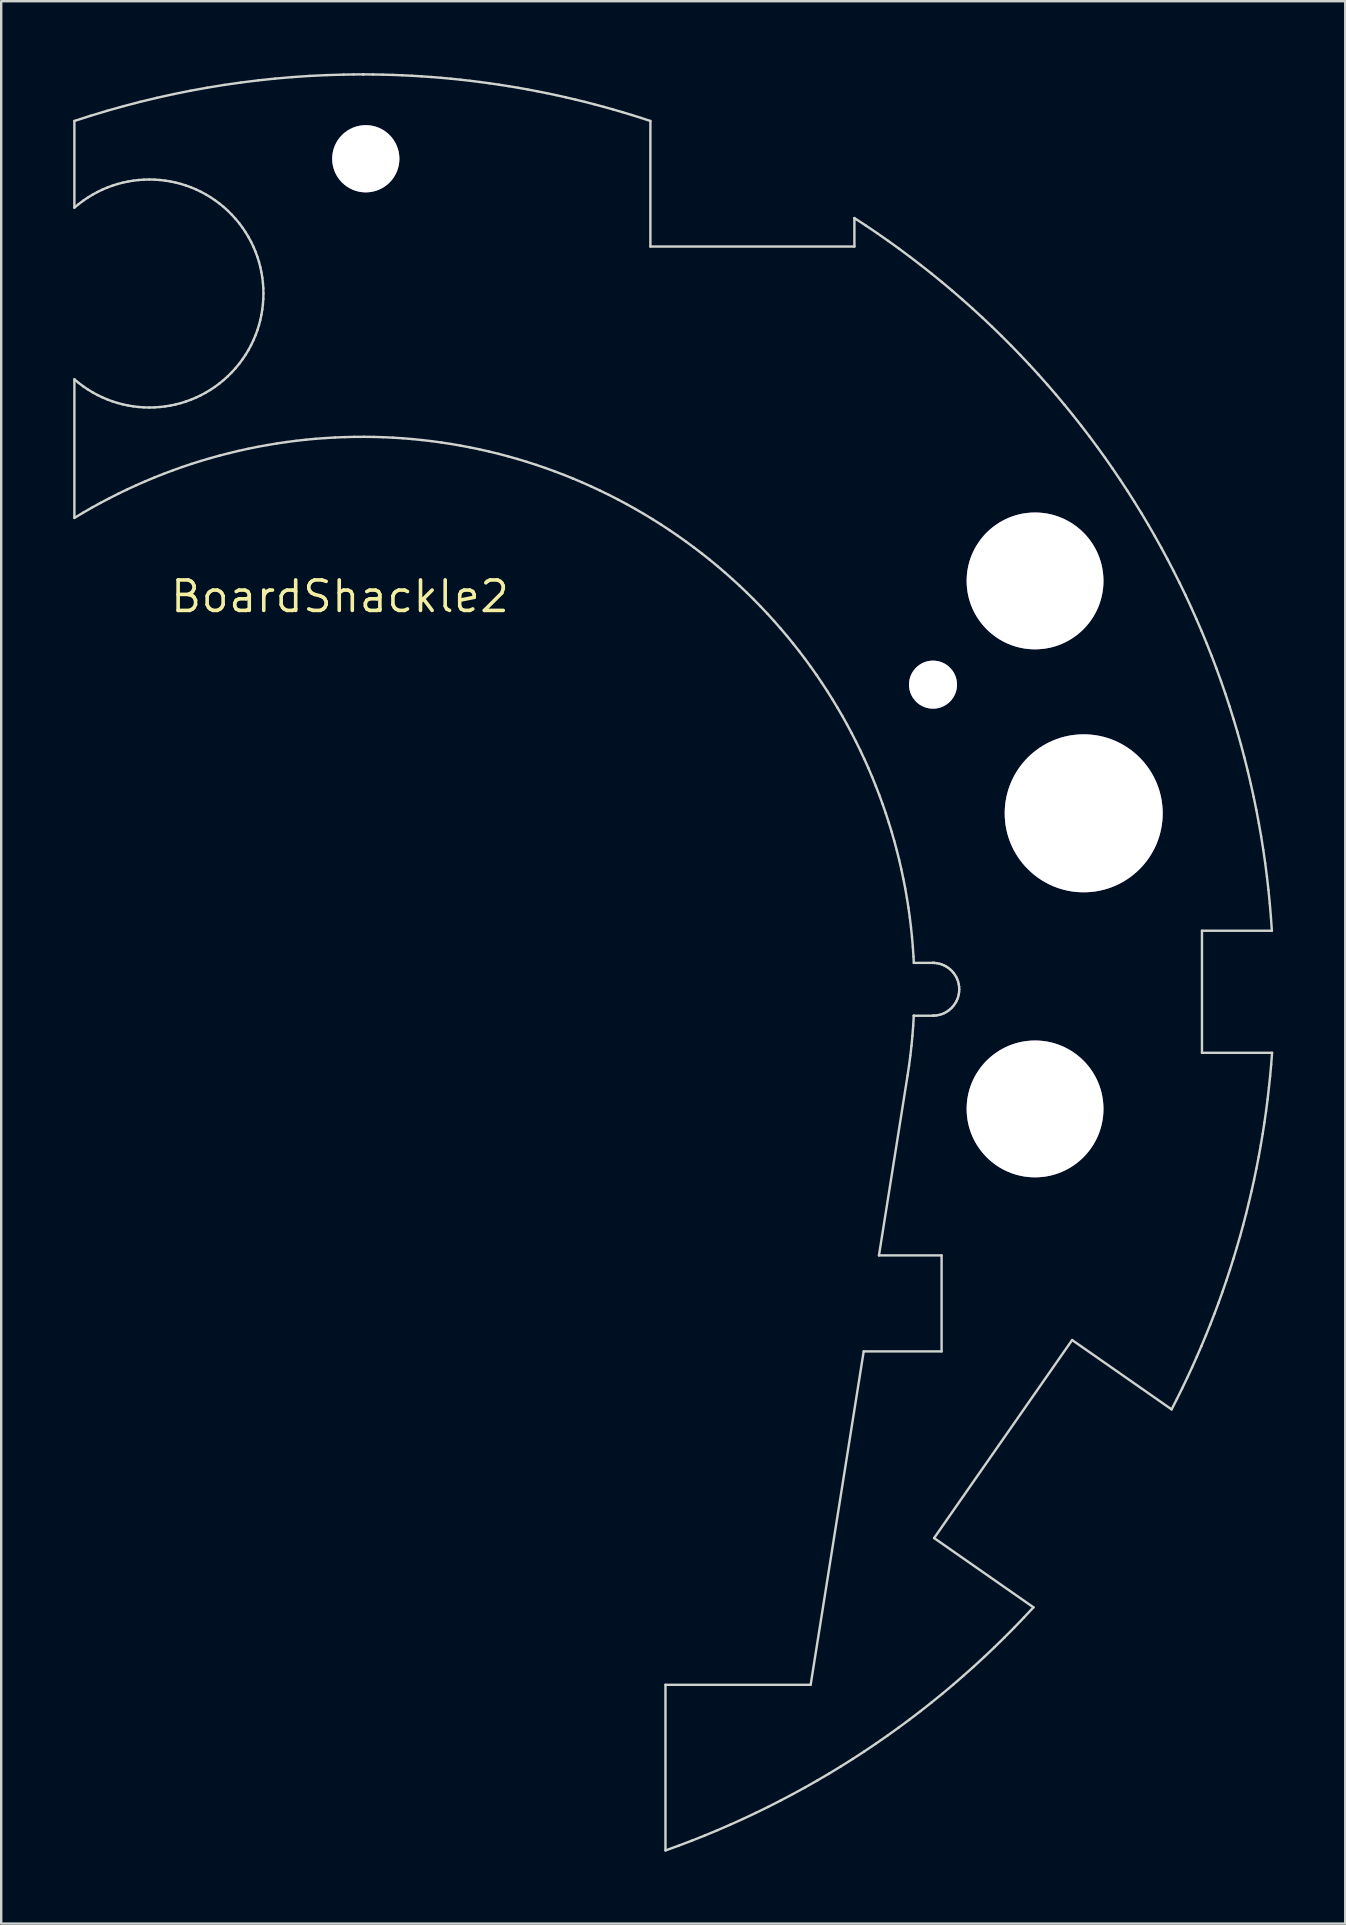
<source format=kicad_pcb>
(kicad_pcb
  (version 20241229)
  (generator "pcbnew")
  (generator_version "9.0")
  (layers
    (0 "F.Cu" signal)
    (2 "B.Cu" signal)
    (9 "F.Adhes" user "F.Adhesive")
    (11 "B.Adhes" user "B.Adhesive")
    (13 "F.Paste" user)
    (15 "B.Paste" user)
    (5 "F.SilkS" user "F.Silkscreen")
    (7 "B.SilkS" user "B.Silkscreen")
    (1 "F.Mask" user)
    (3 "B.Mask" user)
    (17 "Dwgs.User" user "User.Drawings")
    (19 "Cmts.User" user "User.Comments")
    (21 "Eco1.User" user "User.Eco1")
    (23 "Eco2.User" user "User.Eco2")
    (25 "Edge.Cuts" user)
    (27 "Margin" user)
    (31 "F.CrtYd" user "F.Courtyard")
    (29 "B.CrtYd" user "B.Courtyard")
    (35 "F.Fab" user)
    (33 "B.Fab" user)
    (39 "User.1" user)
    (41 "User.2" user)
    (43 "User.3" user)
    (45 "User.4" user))
  (footprint "BoardShackle2"
    (layer "F.Cu")
    (at 11.115 21.803)
    (property "Reference" "BoardShackle2" (at 0 0 0) (layer "F.SilkS") (effects (font (size 1.27 1.27) (thickness 0.15))))
    (attr through_hole)
    (fp_poly (pts (xy 6.668 -9.081) (xy 5.905 -9.081) (xy 5.905 -7.938) (xy 5.546 -7.938) (xy 5.546 -9.081) (xy 4.761 -9.081) (xy 4.767 -9.245) (xy 4.773 -9.409) (xy 5.72 -9.414) (xy 6.668 -9.42) (xy 6.668 -9.081)) (stroke (width 0.01) (type solid)) (fill yes) (layer "F.Mask"))
    (fp_poly (pts (xy 0.169 -9.081) (xy -0.465 -9.081) (xy -0.672 -9.08) (xy -0.84 -9.078) (xy -0.97 -9.074) (xy -1.064 -9.069) (xy -1.126 -9.062) (xy -1.154 -9.055) (xy -1.218 -9.003) (xy -1.257 -8.918) (xy -1.27 -8.798) (xy -1.27 -8.796) (xy -1.27 -8.678) (xy 0.169 -8.678) (xy 0.169 -8.34) (xy -1.27 -8.34) (xy -1.27 -7.938) (xy -1.587 -7.938) (xy -1.587 -8.467) (xy -1.587 -8.644) (xy -1.585 -8.785) (xy -1.581 -8.894) (xy -1.574 -8.979) (xy -1.563 -9.045) (xy -1.546 -9.098) (xy -1.524 -9.143) (xy -1.495 -9.188) (xy -1.473 -9.217) (xy -1.426 -9.264) (xy -1.359 -9.315) (xy -1.31 -9.346) (xy -1.196 -9.409) (xy -0.513 -9.415) (xy 0.169 -9.422) (xy 0.169 -9.081)) (stroke (width 0.01) (type solid)) (fill yes) (layer "F.Mask"))
    (fp_poly (pts (xy 4.673 -9.245) (xy 4.68 -9.081) (xy 2.967 -9.081) (xy 2.836 -8.971) (xy 2.836 -8.675) (xy 2.837 -8.558) (xy 2.838 -8.475) (xy 2.843 -8.419) (xy 2.851 -8.382) (xy 2.864 -8.356) (xy 2.883 -8.334) (xy 2.888 -8.328) (xy 2.94 -8.276) (xy 4.678 -8.276) (xy 4.678 -7.938) (xy 3.805 -7.939) (xy 3.579 -7.94) (xy 3.391 -7.941) (xy 3.239 -7.943) (xy 3.117 -7.945) (xy 3.022 -7.949) (xy 2.951 -7.953) (xy 2.899 -7.959) (xy 2.863 -7.966) (xy 2.849 -7.971) (xy 2.717 -8.041) (xy 2.61 -8.145) (xy 2.567 -8.208) (xy 2.544 -8.249) (xy 2.528 -8.287) (xy 2.517 -8.331) (xy 2.51 -8.389) (xy 2.505 -8.47) (xy 2.502 -8.581) (xy 2.501 -8.625) (xy 2.5 -8.786) (xy 2.504 -8.912) (xy 2.513 -8.999) (xy 2.519 -9.026) (xy 2.581 -9.162) (xy 2.677 -9.275) (xy 2.776 -9.346) (xy 2.889 -9.409) (xy 4.667 -9.409) (xy 4.673 -9.245)) (stroke (width 0.01) (type solid)) (fill yes) (layer "F.Mask"))
    (fp_poly (pts (xy 11.298 -9.347) (xy 11.417 -9.259) (xy 11.504 -9.149) (xy 11.558 -9.025) (xy 11.577 -8.891) (xy 11.562 -8.756) (xy 11.51 -8.626) (xy 11.421 -8.508) (xy 11.415 -8.501) (xy 11.32 -8.427) (xy 11.201 -8.377) (xy 11.051 -8.346) (xy 11.042 -8.345) (xy 10.919 -8.329) (xy 11.241 -8.139) (xy 11.563 -7.948) (xy 10.938 -7.936) (xy 10.463 -8.217) (xy 10.308 -8.31) (xy 10.186 -8.385) (xy 10.095 -8.444) (xy 10.031 -8.492) (xy 9.991 -8.53) (xy 9.973 -8.562) (xy 9.972 -8.59) (xy 9.986 -8.617) (xy 10.002 -8.637) (xy 10.016 -8.65) (xy 10.034 -8.659) (xy 10.063 -8.667) (xy 10.108 -8.672) (xy 10.172 -8.675) (xy 10.263 -8.677) (xy 10.385 -8.678) (xy 10.543 -8.678) (xy 10.574 -8.678) (xy 11.109 -8.678) (xy 11.174 -8.733) (xy 11.218 -8.778) (xy 11.236 -8.828) (xy 11.239 -8.879) (xy 11.234 -8.946) (xy 11.209 -8.992) (xy 11.174 -9.026) (xy 11.109 -9.081) (xy 9.737 -9.081) (xy 9.737 -7.938) (xy 9.397 -7.938) (xy 9.403 -8.673) (xy 9.409 -9.409) (xy 11.187 -9.409) (xy 11.298 -9.347)) (stroke (width 0.01) (type solid)) (fill yes) (layer "F.Mask"))
    (fp_poly (pts (xy 1.51 -9.419) (xy 1.668 -9.416) (xy 1.795 -9.412) (xy 1.895 -9.403) (xy 1.974 -9.39) (xy 2.036 -9.372) (xy 2.087 -9.348) (xy 2.132 -9.316) (xy 2.176 -9.276) (xy 2.191 -9.261) (xy 2.236 -9.213) (xy 2.272 -9.165) (xy 2.3 -9.112) (xy 2.32 -9.049) (xy 2.334 -8.969) (xy 2.342 -8.868) (xy 2.347 -8.738) (xy 2.349 -8.576) (xy 2.349 -8.452) (xy 2.349 -7.938) (xy 2.011 -7.938) (xy 2.011 -8.298) (xy 1.307 -8.292) (xy 0.603 -8.287) (xy 0.591 -7.938) (xy 0.275 -7.938) (xy 0.275 -8.759) (xy 0.593 -8.759) (xy 0.594 -8.689) (xy 0.601 -8.641) (xy 0.607 -8.629) (xy 0.631 -8.626) (xy 0.692 -8.622) (xy 0.785 -8.62) (xy 0.905 -8.618) (xy 1.048 -8.616) (xy 1.207 -8.615) (xy 1.316 -8.615) (xy 2.011 -8.615) (xy 2.01 -8.789) (xy 2.007 -8.892) (xy 1.996 -8.962) (xy 1.973 -9.009) (xy 1.935 -9.042) (xy 1.912 -9.056) (xy 1.876 -9.063) (xy 1.806 -9.07) (xy 1.707 -9.075) (xy 1.587 -9.078) (xy 1.452 -9.08) (xy 1.31 -9.081) (xy 1.168 -9.081) (xy 1.033 -9.079) (xy 0.911 -9.076) (xy 0.81 -9.072) (xy 0.736 -9.066) (xy 0.697 -9.058) (xy 0.695 -9.058) (xy 0.658 -9.023) (xy 0.625 -8.969) (xy 0.623 -8.963) (xy 0.608 -8.909) (xy 0.598 -8.837) (xy 0.593 -8.759) (xy 0.275 -8.759) (xy 0.275 -9.012) (xy 0.334 -9.125) (xy 0.409 -9.233) (xy 0.506 -9.323) (xy 0.614 -9.384) (xy 0.651 -9.397) (xy 0.695 -9.403) (xy 0.776 -9.409) (xy 0.888 -9.413) (xy 1.025 -9.417) (xy 1.183 -9.419) (xy 1.314 -9.419) (xy 1.51 -9.419)) (stroke (width 0.01) (type solid)) (fill yes) (layer "F.Mask"))
    (fp_poly (pts (xy 8.317 -9.417) (xy 8.458 -9.414) (xy 8.579 -9.41) (xy 8.672 -9.405) (xy 8.723 -9.4) (xy 8.896 -9.351) (xy 9.048 -9.267) (xy 9.176 -9.149) (xy 9.275 -9) (xy 9.283 -8.984) (xy 9.315 -8.913) (xy 9.334 -8.85) (xy 9.343 -8.779) (xy 9.345 -8.683) (xy 9.345 -8.678) (xy 9.343 -8.578) (xy 9.333 -8.503) (xy 9.314 -8.437) (xy 9.289 -8.379) (xy 9.198 -8.228) (xy 9.08 -8.107) (xy 8.936 -8.017) (xy 8.796 -7.948) (xy 8.107 -7.944) (xy 7.899 -7.943) (xy 7.729 -7.943) (xy 7.594 -7.945) (xy 7.49 -7.949) (xy 7.414 -7.954) (xy 7.361 -7.96) (xy 7.334 -7.967) (xy 7.179 -8.031) (xy 7.052 -8.118) (xy 6.987 -8.181) (xy 6.905 -8.281) (xy 6.851 -8.378) (xy 6.819 -8.485) (xy 6.806 -8.614) (xy 6.805 -8.678) (xy 6.805 -8.715) (xy 7.13 -8.715) (xy 7.135 -8.6) (xy 7.171 -8.49) (xy 7.238 -8.394) (xy 7.335 -8.319) (xy 7.353 -8.31) (xy 7.378 -8.3) (xy 7.414 -8.293) (xy 7.466 -8.287) (xy 7.538 -8.283) (xy 7.634 -8.28) (xy 7.761 -8.278) (xy 7.921 -8.277) (xy 8.076 -8.277) (xy 8.734 -8.276) (xy 8.83 -8.337) (xy 8.922 -8.419) (xy 8.985 -8.524) (xy 9.015 -8.642) (xy 9.01 -8.763) (xy 8.988 -8.833) (xy 8.939 -8.911) (xy 8.862 -8.984) (xy 8.774 -9.041) (xy 8.726 -9.06) (xy 8.674 -9.068) (xy 8.58 -9.074) (xy 8.443 -9.077) (xy 8.265 -9.078) (xy 8.044 -9.077) (xy 8.021 -9.077) (xy 7.395 -9.07) (xy 7.307 -9.012) (xy 7.215 -8.928) (xy 7.156 -8.827) (xy 7.13 -8.715) (xy 6.805 -8.715) (xy 6.806 -8.775) (xy 6.811 -8.844) (xy 6.824 -8.899) (xy 6.846 -8.953) (xy 6.878 -9.013) (xy 6.98 -9.161) (xy 7.107 -9.276) (xy 7.26 -9.356) (xy 7.422 -9.399) (xy 7.485 -9.405) (xy 7.583 -9.41) (xy 7.708 -9.414) (xy 7.851 -9.417) (xy 8.006 -9.418) (xy 8.164 -9.418) (xy 8.317 -9.417)) (stroke (width 0.01) (type solid)) (fill yes) (layer "F.Mask"))
    (fp_poly (pts (xy 18.089 -5.784) (xy 18.348 -5.367) (xy 18.633 -4.983) (xy 18.945 -4.632) (xy 19.284 -4.312) (xy 19.651 -4.025) (xy 19.804 -3.92) (xy 19.899 -3.858) (xy 19.991 -3.799) (xy 20.069 -3.749) (xy 20.116 -3.721) (xy 20.214 -3.663) (xy 20.214 -2.922) (xy 20.214 -2.749) (xy 20.212 -2.591) (xy 20.211 -2.452) (xy 20.208 -2.336) (xy 20.205 -2.25) (xy 20.202 -2.196) (xy 20.198 -2.18) (xy 20.175 -2.19) (xy 20.121 -2.215) (xy 20.041 -2.253) (xy 19.942 -2.302) (xy 19.833 -2.356) (xy 19.472 -2.547) (xy 19.141 -2.748) (xy 18.826 -2.965) (xy 18.514 -3.208) (xy 18.486 -3.231) (xy 18.369 -3.333) (xy 18.234 -3.458) (xy 18.09 -3.599) (xy 17.944 -3.746) (xy 17.804 -3.893) (xy 17.679 -4.03) (xy 17.577 -4.15) (xy 17.56 -4.17) (xy 17.44 -4.328) (xy 17.311 -4.511) (xy 17.18 -4.708) (xy 17.055 -4.906) (xy 16.944 -5.095) (xy 16.866 -5.239) (xy 16.814 -5.341) (xy 16.761 -5.451) (xy 16.752 -5.469) (xy 17.187 -5.469) (xy 17.199 -5.437) (xy 17.23 -5.376) (xy 17.278 -5.292) (xy 17.339 -5.19) (xy 17.409 -5.077) (xy 17.484 -4.958) (xy 17.562 -4.839) (xy 17.637 -4.726) (xy 17.708 -4.624) (xy 17.742 -4.577) (xy 17.955 -4.31) (xy 18.199 -4.039) (xy 18.467 -3.774) (xy 18.75 -3.522) (xy 19.039 -3.291) (xy 19.11 -3.239) (xy 19.177 -3.192) (xy 19.262 -3.136) (xy 19.359 -3.073) (xy 19.46 -3.01) (xy 19.559 -2.949) (xy 19.649 -2.894) (xy 19.723 -2.851) (xy 19.774 -2.824) (xy 19.795 -2.815) (xy 19.801 -2.835) (xy 19.806 -2.89) (xy 19.81 -2.973) (xy 19.812 -3.075) (xy 19.812 -3.129) (xy 19.812 -3.444) (xy 19.595 -3.588) (xy 19.266 -3.825) (xy 18.949 -4.089) (xy 18.651 -4.373) (xy 18.378 -4.672) (xy 18.134 -4.98) (xy 17.926 -5.29) (xy 17.895 -5.343) (xy 17.814 -5.482) (xy 17.5 -5.482) (xy 17.391 -5.481) (xy 17.298 -5.479) (xy 17.229 -5.475) (xy 17.192 -5.471) (xy 17.187 -5.469) (xy 16.752 -5.469) (xy 16.708 -5.562) (xy 16.66 -5.666) (xy 16.62 -5.757) (xy 16.59 -5.827) (xy 16.575 -5.869) (xy 16.573 -5.876) (xy 16.594 -5.878) (xy 16.652 -5.88) (xy 16.742 -5.881) (xy 16.861 -5.883) (xy 17.002 -5.884) (xy 17.162 -5.884) (xy 17.303 -5.884) (xy 18.032 -5.884) (xy 18.089 -5.784)) (stroke (width 0.01) (type solid)) (fill yes) (layer "F.Mask"))
    (fp_poly (pts (xy 24.182 -5.837) (xy 24.159 -5.775) (xy 24.12 -5.685) (xy 24.071 -5.575) (xy 24.014 -5.455) (xy 23.954 -5.333) (xy 23.896 -5.218) (xy 23.844 -5.12) (xy 23.841 -5.114) (xy 23.563 -4.658) (xy 23.254 -4.229) (xy 22.912 -3.828) (xy 22.541 -3.455) (xy 22.14 -3.113) (xy 21.712 -2.802) (xy 21.258 -2.522) (xy 20.816 -2.295) (xy 20.723 -2.251) (xy 20.646 -2.216) (xy 20.59 -2.191) (xy 20.564 -2.18) (xy 20.563 -2.18) (xy 20.56 -2.2) (xy 20.557 -2.256) (xy 20.555 -2.342) (xy 20.554 -2.451) (xy 20.553 -2.577) (xy 20.553 -2.604) (xy 20.553 -3.028) (xy 20.611 -3.011) (xy 20.672 -3) (xy 20.745 -2.995) (xy 20.754 -2.995) (xy 20.826 -2.999) (xy 20.89 -3.01) (xy 20.897 -3.011) (xy 20.931 -3.019) (xy 20.948 -3.011) (xy 20.954 -2.978) (xy 20.955 -2.919) (xy 20.955 -2.872) (xy 20.959 -2.841) (xy 20.972 -2.827) (xy 21 -2.83) (xy 21.047 -2.852) (xy 21.12 -2.894) (xy 21.223 -2.955) (xy 21.24 -2.965) (xy 21.554 -3.166) (xy 21.85 -3.382) (xy 22.136 -3.622) (xy 22.423 -3.893) (xy 22.497 -3.968) (xy 22.697 -4.179) (xy 22.872 -4.38) (xy 23.031 -4.582) (xy 23.184 -4.798) (xy 23.252 -4.9) (xy 23.317 -5.001) (xy 23.382 -5.107) (xy 23.444 -5.211) (xy 23.498 -5.306) (xy 23.542 -5.385) (xy 23.57 -5.442) (xy 23.58 -5.468) (xy 23.56 -5.473) (xy 23.505 -5.477) (xy 23.422 -5.48) (xy 23.319 -5.482) (xy 23.262 -5.482) (xy 23.152 -5.481) (xy 23.058 -5.478) (xy 22.988 -5.474) (xy 22.95 -5.468) (xy 22.945 -5.465) (xy 22.933 -5.436) (xy 22.899 -5.379) (xy 22.849 -5.3) (xy 22.786 -5.205) (xy 22.714 -5.102) (xy 22.638 -4.994) (xy 22.561 -4.889) (xy 22.489 -4.793) (xy 22.424 -4.712) (xy 22.423 -4.71) (xy 22.288 -4.554) (xy 22.132 -4.39) (xy 21.963 -4.223) (xy 21.786 -4.06) (xy 21.609 -3.906) (xy 21.438 -3.767) (xy 21.28 -3.651) (xy 21.149 -3.565) (xy 21.089 -3.511) (xy 21.058 -3.441) (xy 21.017 -3.354) (xy 20.95 -3.278) (xy 20.868 -3.223) (xy 20.815 -3.205) (xy 20.704 -3.205) (xy 20.601 -3.242) (xy 20.515 -3.314) (xy 20.513 -3.316) (xy 20.452 -3.415) (xy 20.433 -3.516) (xy 20.456 -3.621) (xy 20.471 -3.657) (xy 20.538 -3.753) (xy 20.625 -3.811) (xy 20.734 -3.834) (xy 20.752 -3.835) (xy 20.806 -3.839) (xy 20.858 -3.855) (xy 20.919 -3.887) (xy 21.001 -3.941) (xy 21.001 -3.941) (xy 21.379 -4.225) (xy 21.729 -4.538) (xy 22.049 -4.877) (xy 22.336 -5.239) (xy 22.588 -5.621) (xy 22.657 -5.741) (xy 22.737 -5.884) (xy 24.196 -5.884) (xy 24.182 -5.837)) (stroke (width 0.01) (type solid)) (fill yes) (layer "F.Mask"))
    (fp_poly (pts (xy 20.979 -8.075) (xy 21.453 -8.015) (xy 21.915 -7.92) (xy 21.937 -7.915) (xy 22.069 -7.88) (xy 22.204 -7.841) (xy 22.336 -7.801) (xy 22.459 -7.76) (xy 22.566 -7.723) (xy 22.65 -7.69) (xy 22.706 -7.664) (xy 22.727 -7.648) (xy 22.728 -7.609) (xy 22.718 -7.537) (xy 22.698 -7.438) (xy 22.67 -7.318) (xy 22.635 -7.184) (xy 22.595 -7.043) (xy 22.551 -6.902) (xy 22.538 -6.862) (xy 22.381 -6.449) (xy 22.187 -6.053) (xy 21.959 -5.677) (xy 21.698 -5.324) (xy 21.408 -4.999) (xy 21.089 -4.703) (xy 20.923 -4.569) (xy 20.858 -4.521) (xy 20.778 -4.464) (xy 20.69 -4.404) (xy 20.601 -4.344) (xy 20.518 -4.29) (xy 20.45 -4.247) (xy 20.403 -4.22) (xy 20.386 -4.212) (xy 20.363 -4.223) (xy 20.313 -4.252) (xy 20.243 -4.296) (xy 20.171 -4.341) (xy 19.808 -4.6) (xy 19.474 -4.89) (xy 19.169 -5.208) (xy 18.896 -5.553) (xy 18.655 -5.923) (xy 18.448 -6.316) (xy 18.276 -6.729) (xy 18.141 -7.162) (xy 18.131 -7.202) (xy 18.801 -7.202) (xy 18.816 -7.145) (xy 18.847 -7.066) (xy 18.888 -6.975) (xy 18.936 -6.878) (xy 18.988 -6.785) (xy 19.036 -6.71) (xy 19.102 -6.623) (xy 19.191 -6.522) (xy 19.291 -6.419) (xy 19.39 -6.325) (xy 19.478 -6.252) (xy 19.483 -6.247) (xy 19.535 -6.214) (xy 19.616 -6.165) (xy 19.72 -6.106) (xy 19.838 -6.04) (xy 19.963 -5.973) (xy 19.981 -5.964) (xy 20.096 -5.903) (xy 20.195 -5.849) (xy 20.274 -5.805) (xy 20.327 -5.774) (xy 20.349 -5.759) (xy 20.349 -5.758) (xy 20.321 -5.761) (xy 20.259 -5.772) (xy 20.168 -5.789) (xy 20.055 -5.81) (xy 19.927 -5.835) (xy 19.886 -5.843) (xy 19.755 -5.868) (xy 19.639 -5.889) (xy 19.543 -5.905) (xy 19.475 -5.915) (xy 19.44 -5.918) (xy 19.436 -5.918) (xy 19.443 -5.896) (xy 19.474 -5.85) (xy 19.524 -5.785) (xy 19.589 -5.706) (xy 19.664 -5.621) (xy 19.743 -5.533) (xy 19.823 -5.451) (xy 19.837 -5.436) (xy 19.9 -5.375) (xy 19.978 -5.304) (xy 20.063 -5.229) (xy 20.15 -5.155) (xy 20.232 -5.087) (xy 20.302 -5.031) (xy 20.354 -4.992) (xy 20.383 -4.975) (xy 20.384 -4.975) (xy 20.404 -4.987) (xy 20.45 -5.02) (xy 20.515 -5.069) (xy 20.575 -5.115) (xy 20.705 -5.224) (xy 20.842 -5.351) (xy 20.98 -5.489) (xy 21.112 -5.63) (xy 21.232 -5.767) (xy 21.331 -5.893) (xy 21.404 -6.001) (xy 21.407 -6.005) (xy 21.397 -6.022) (xy 21.355 -6.052) (xy 21.279 -6.096) (xy 21.169 -6.156) (xy 21.022 -6.231) (xy 20.911 -6.287) (xy 20.777 -6.355) (xy 20.657 -6.417) (xy 20.555 -6.47) (xy 20.477 -6.512) (xy 20.427 -6.541) (xy 20.41 -6.553) (xy 20.41 -6.553) (xy 20.432 -6.552) (xy 20.489 -6.543) (xy 20.575 -6.529) (xy 20.683 -6.51) (xy 20.806 -6.487) (xy 20.939 -6.463) (xy 21.074 -6.438) (xy 21.206 -6.413) (xy 21.327 -6.389) (xy 21.432 -6.368) (xy 21.514 -6.351) (xy 21.566 -6.339) (xy 21.575 -6.337) (xy 21.594 -6.339) (xy 21.616 -6.36) (xy 21.645 -6.405) (xy 21.685 -6.479) (xy 21.727 -6.565) (xy 21.781 -6.685) (xy 21.837 -6.817) (xy 21.887 -6.944) (xy 21.915 -7.02) (xy 21.989 -7.234) (xy 21.869 -7.268) (xy 21.491 -7.356) (xy 21.089 -7.416) (xy 20.674 -7.45) (xy 20.253 -7.455) (xy 19.837 -7.432) (xy 19.475 -7.386) (xy 19.365 -7.367) (xy 19.246 -7.344) (xy 19.128 -7.319) (xy 19.017 -7.294) (xy 18.921 -7.27) (xy 18.849 -7.25) (xy 18.808 -7.235) (xy 18.803 -7.232) (xy 18.801 -7.202) (xy 18.131 -7.202) (xy 18.13 -7.204) (xy 18.103 -7.316) (xy 18.078 -7.42) (xy 18.058 -7.507) (xy 18.046 -7.565) (xy 18.045 -7.57) (xy 18.031 -7.658) (xy 18.198 -7.721) (xy 18.626 -7.864) (xy 19.076 -7.973) (xy 19.542 -8.049) (xy 20.018 -8.092) (xy 20.498 -8.1) (xy 20.979 -8.075)) (stroke (width 0.01) (type solid)) (fill yes) (layer "F.Mask"))
    (fp_poly (pts (xy 5.801 -14.227) (xy 5.94 -14.171) (xy 6.062 -14.077) (xy 6.086 -14.051) (xy 6.13 -14.001) (xy 6.166 -13.955) (xy 6.194 -13.909) (xy 6.216 -13.857) (xy 6.232 -13.794) (xy 6.243 -13.714) (xy 6.251 -13.614) (xy 6.256 -13.487) (xy 6.259 -13.329) (xy 6.261 -13.134) (xy 6.261 -13.107) (xy 6.268 -12.446) (xy 8.561 -12.446) (xy 9.409 -13.293) (xy 10.256 -14.139) (xy 10.907 -14.139) (xy 11.112 -14.139) (xy 11.279 -14.137) (xy 11.408 -14.133) (xy 11.498 -14.129) (xy 11.547 -14.123) (xy 11.557 -14.118) (xy 11.542 -14.1) (xy 11.5 -14.054) (xy 11.433 -13.984) (xy 11.342 -13.891) (xy 11.232 -13.778) (xy 11.103 -13.647) (xy 10.959 -13.501) (xy 10.801 -13.342) (xy 10.632 -13.172) (xy 10.499 -13.039) (xy 10.324 -12.863) (xy 10.157 -12.697) (xy 10.003 -12.541) (xy 9.862 -12.399) (xy 9.737 -12.273) (xy 9.631 -12.165) (xy 9.546 -12.077) (xy 9.485 -12.013) (xy 9.449 -11.975) (xy 9.44 -11.965) (xy 9.455 -11.947) (xy 9.497 -11.903) (xy 9.565 -11.833) (xy 9.655 -11.74) (xy 9.765 -11.628) (xy 9.894 -11.498) (xy 10.038 -11.352) (xy 10.196 -11.194) (xy 10.365 -11.025) (xy 10.499 -10.89) (xy 10.674 -10.715) (xy 10.84 -10.548) (xy 10.995 -10.393) (xy 11.135 -10.25) (xy 11.26 -10.124) (xy 11.366 -10.016) (xy 11.451 -9.929) (xy 11.513 -9.865) (xy 11.548 -9.827) (xy 11.557 -9.816) (xy 11.537 -9.812) (xy 11.479 -9.809) (xy 11.39 -9.805) (xy 11.273 -9.803) (xy 11.134 -9.801) (xy 10.979 -9.8) (xy 10.907 -9.8) (xy 10.256 -9.8) (xy 9.409 -10.647) (xy 8.561 -11.493) (xy 6.265 -11.493) (xy 6.265 -9.799) (xy 5.794 -9.805) (xy 5.323 -9.811) (xy 5.313 -11.297) (xy 5.302 -12.783) (xy 4.037 -11.324) (xy 3.85 -11.109) (xy 3.67 -10.903) (xy 3.5 -10.707) (xy 3.339 -10.524) (xy 3.192 -10.357) (xy 3.06 -10.207) (xy 2.945 -10.078) (xy 2.849 -9.971) (xy 2.775 -9.889) (xy 2.724 -9.834) (xy 2.698 -9.809) (xy 2.698 -9.809) (xy 2.63 -9.765) (xy 2.557 -9.729) (xy 2.545 -9.725) (xy 2.459 -9.705) (xy 2.35 -9.698) (xy 2.239 -9.702) (xy 2.142 -9.717) (xy 2.113 -9.726) (xy 2.045 -9.755) (xy 1.984 -9.789) (xy 1.98 -9.791) (xy 1.958 -9.812) (xy 1.911 -9.863) (xy 1.84 -9.941) (xy 1.747 -10.045) (xy 1.635 -10.171) (xy 1.505 -10.317) (xy 1.36 -10.482) (xy 1.202 -10.663) (xy 1.032 -10.858) (xy 0.853 -11.063) (xy 0.666 -11.278) (xy 0.639 -11.309) (xy -0.646 -12.791) (xy -0.651 -11.296) (xy -0.656 -9.8) (xy -1.587 -9.8) (xy -1.587 -11.775) (xy -1.588 -12.12) (xy -1.588 -12.425) (xy -1.587 -12.693) (xy -1.587 -12.927) (xy -1.586 -13.128) (xy -1.584 -13.301) (xy -1.581 -13.446) (xy -1.577 -13.568) (xy -1.571 -13.668) (xy -1.565 -13.75) (xy -1.556 -13.815) (xy -1.545 -13.867) (xy -1.533 -13.908) (xy -1.517 -13.941) (xy -1.5 -13.968) (xy -1.48 -13.992) (xy -1.457 -14.016) (xy -1.43 -14.042) (xy -1.421 -14.051) (xy -1.335 -14.131) (xy -1.254 -14.185) (xy -1.166 -14.217) (xy -1.058 -14.232) (xy -0.953 -14.235) (xy -0.854 -14.233) (xy -0.786 -14.228) (xy -0.734 -14.216) (xy -0.686 -14.195) (xy -0.652 -14.176) (xy -0.629 -14.159) (xy -0.593 -14.126) (xy -0.544 -14.077) (xy -0.48 -14.01) (xy -0.4 -13.923) (xy -0.303 -13.816) (xy -0.187 -13.686) (xy -0.05 -13.532) (xy 0.107 -13.353) (xy 0.287 -13.147) (xy 0.492 -12.912) (xy 0.721 -12.648) (xy 0.877 -12.468) (xy 1.074 -12.241) (xy 1.263 -12.023) (xy 1.443 -11.816) (xy 1.611 -11.623) (xy 1.766 -11.445) (xy 1.906 -11.284) (xy 2.028 -11.144) (xy 2.132 -11.025) (xy 2.216 -10.93) (xy 2.276 -10.861) (xy 2.313 -10.82) (xy 2.323 -10.809) (xy 2.339 -10.823) (xy 2.38 -10.867) (xy 2.446 -10.94) (xy 2.534 -11.037) (xy 2.642 -11.159) (xy 2.768 -11.302) (xy 2.911 -11.465) (xy 3.069 -11.644) (xy 3.239 -11.84) (xy 3.421 -12.048) (xy 3.612 -12.268) (xy 3.773 -12.453) (xy 3.972 -12.682) (xy 4.163 -12.902) (xy 4.346 -13.111) (xy 4.518 -13.308) (xy 4.678 -13.49) (xy 4.823 -13.654) (xy 4.952 -13.799) (xy 5.062 -13.922) (xy 5.152 -14.022) (xy 5.219 -14.096) (xy 5.263 -14.141) (xy 5.278 -14.156) (xy 5.363 -14.203) (xy 5.458 -14.231) (xy 5.574 -14.244) (xy 5.642 -14.245) (xy 5.801 -14.227)) (stroke (width 0.01) (type solid)) (fill yes) (layer "F.Mask"))
    (fp_poly (pts (xy 11.955 -14.861) (xy 12.108 -14.754) (xy 12.234 -14.617) (xy 12.317 -14.478) (xy 12.372 -14.362) (xy 12.372 -7.927) (xy 12.316 -7.807) (xy 12.237 -7.676) (xy 12.135 -7.555) (xy 12.021 -7.46) (xy 11.991 -7.441) (xy 11.973 -7.43) (xy 11.958 -7.42) (xy 11.944 -7.41) (xy 11.929 -7.401) (xy 11.913 -7.393) (xy 11.894 -7.385) (xy 11.87 -7.378) (xy 11.84 -7.372) (xy 11.803 -7.366) (xy 11.757 -7.36) (xy 11.702 -7.355) (xy 11.634 -7.351) (xy 11.554 -7.347) (xy 11.46 -7.343) (xy 11.35 -7.34) (xy 11.223 -7.337) (xy 11.078 -7.334) (xy 10.913 -7.332) (xy 10.727 -7.33) (xy 10.518 -7.329) (xy 10.285 -7.328) (xy 10.027 -7.327) (xy 9.742 -7.326) (xy 9.429 -7.325) (xy 9.086 -7.325) (xy 8.713 -7.325) (xy 8.307 -7.324) (xy 7.867 -7.324) (xy 7.393 -7.324) (xy 6.882 -7.325) (xy 6.333 -7.325) (xy 5.745 -7.325) (xy 5.116 -7.325) (xy 4.975 -7.325) (xy 4.336 -7.325) (xy 3.739 -7.325) (xy 3.18 -7.326) (xy 2.661 -7.326) (xy 2.178 -7.326) (xy 1.731 -7.327) (xy 1.318 -7.327) (xy 0.937 -7.328) (xy 0.589 -7.328) (xy 0.27 -7.329) (xy -0.019 -7.33) (xy -0.281 -7.33) (xy -0.517 -7.331) (xy -0.728 -7.332) (xy -0.915 -7.334) (xy -1.081 -7.335) (xy -1.225 -7.336) (xy -1.351 -7.338) (xy -1.458 -7.34) (xy -1.548 -7.342) (xy -1.623 -7.344) (xy -1.684 -7.346) (xy -1.732 -7.348) (xy -1.769 -7.351) (xy -1.796 -7.353) (xy -1.814 -7.356) (xy -1.82 -7.358) (xy -1.989 -7.424) (xy -2.138 -7.527) (xy -2.263 -7.665) (xy -2.343 -7.793) (xy -2.402 -7.906) (xy -2.402 -9.925) (xy -2.05 -9.925) (xy -2.049 -9.578) (xy -2.049 -9.269) (xy -2.048 -8.997) (xy -2.047 -8.761) (xy -2.045 -8.561) (xy -2.043 -8.394) (xy -2.041 -8.261) (xy -2.038 -8.161) (xy -2.035 -8.091) (xy -2.031 -8.052) (xy -2.031 -8.047) (xy -1.984 -7.924) (xy -1.904 -7.822) (xy -1.796 -7.748) (xy -1.789 -7.744) (xy -1.78 -7.741) (xy -1.768 -7.737) (xy -1.752 -7.734) (xy -1.731 -7.731) (xy -1.702 -7.728) (xy -1.666 -7.726) (xy -1.62 -7.723) (xy -1.563 -7.721) (xy -1.493 -7.719) (xy -1.41 -7.717) (xy -1.312 -7.716) (xy -1.197 -7.714) (xy -1.064 -7.713) (xy -0.911 -7.712) (xy -0.738 -7.711) (xy -0.543 -7.71) (xy -0.324 -7.709) (xy -0.08 -7.708) (xy 0.19 -7.708) (xy 0.487 -7.707) (xy 0.814 -7.707) (xy 1.171 -7.706) (xy 1.56 -7.706) (xy 1.983 -7.706) (xy 2.44 -7.706) (xy 2.933 -7.705) (xy 3.463 -7.705) (xy 4.033 -7.705) (xy 4.642 -7.705) (xy 4.98 -7.705) (xy 5.616 -7.705) (xy 6.21 -7.705) (xy 6.765 -7.705) (xy 7.282 -7.705) (xy 7.762 -7.705) (xy 8.206 -7.706) (xy 8.616 -7.706) (xy 8.993 -7.706) (xy 9.339 -7.707) (xy 9.655 -7.707) (xy 9.942 -7.708) (xy 10.202 -7.709) (xy 10.436 -7.709) (xy 10.645 -7.71) (xy 10.83 -7.712) (xy 10.994 -7.713) (xy 11.138 -7.714) (xy 11.262 -7.716) (xy 11.368 -7.717) (xy 11.458 -7.719) (xy 11.532 -7.721) (xy 11.593 -7.723) (xy 11.642 -7.725) (xy 11.68 -7.728) (xy 11.707 -7.73) (xy 11.727 -7.733) (xy 11.74 -7.736) (xy 11.743 -7.737) (xy 11.853 -7.803) (xy 11.936 -7.898) (xy 11.961 -7.942) (xy 11.967 -7.954) (xy 11.972 -7.968) (xy 11.976 -7.986) (xy 11.98 -8.011) (xy 11.984 -8.045) (xy 11.987 -8.089) (xy 11.99 -8.146) (xy 11.992 -8.217) (xy 11.994 -8.306) (xy 11.996 -8.413) (xy 11.997 -8.541) (xy 11.998 -8.692) (xy 11.999 -8.868) (xy 12 -9.072) (xy 12.001 -9.304) (xy 12.001 -9.568) (xy 12.001 -9.865) (xy 12.001 -10.197) (xy 12.001 -10.567) (xy 12.001 -10.976) (xy 12.002 -11.144) (xy 12.001 -11.569) (xy 12.001 -11.953) (xy 12.001 -12.3) (xy 12.001 -12.61) (xy 12.001 -12.886) (xy 12 -13.13) (xy 12 -13.344) (xy 11.999 -13.53) (xy 11.998 -13.69) (xy 11.997 -13.827) (xy 11.995 -13.942) (xy 11.993 -14.037) (xy 11.991 -14.115) (xy 11.988 -14.178) (xy 11.985 -14.226) (xy 11.982 -14.264) (xy 11.978 -14.292) (xy 11.974 -14.313) (xy 11.969 -14.329) (xy 11.964 -14.342) (xy 11.959 -14.351) (xy 11.888 -14.447) (xy 11.788 -14.523) (xy 11.707 -14.56) (xy 11.679 -14.562) (xy 11.611 -14.564) (xy 11.504 -14.566) (xy 11.361 -14.568) (xy 11.183 -14.57) (xy 10.973 -14.572) (xy 10.732 -14.574) (xy 10.463 -14.575) (xy 10.167 -14.577) (xy 9.846 -14.578) (xy 9.502 -14.579) (xy 9.138 -14.581) (xy 8.755 -14.582) (xy 8.356 -14.582) (xy 7.941 -14.583) (xy 7.513 -14.584) (xy 7.075 -14.585) (xy 6.627 -14.585) (xy 6.173 -14.585) (xy 5.713 -14.586) (xy 5.251 -14.586) (xy 4.787 -14.586) (xy 4.324 -14.586) (xy 3.864 -14.585) (xy 3.409 -14.585) (xy 2.96 -14.585) (xy 2.52 -14.584) (xy 2.091 -14.583) (xy 1.674 -14.583) (xy 1.272 -14.582) (xy 0.887 -14.581) (xy 0.52 -14.58) (xy 0.173 -14.578) (xy -0.151 -14.577) (xy -0.451 -14.576) (xy -0.725 -14.574) (xy -0.97 -14.572) (xy -1.185 -14.571) (xy -1.367 -14.569) (xy -1.516 -14.567) (xy -1.628 -14.565) (xy -1.702 -14.562) (xy -1.736 -14.56) (xy -1.738 -14.56) (xy -1.857 -14.499) (xy -1.954 -14.408) (xy -1.995 -14.344) (xy -2.043 -14.256) (xy -2.048 -11.208) (xy -2.049 -10.739) (xy -2.049 -10.312) (xy -2.05 -9.925) (xy -2.402 -9.925) (xy -2.402 -14.362) (xy -2.346 -14.482) (xy -2.25 -14.639) (xy -2.12 -14.77) (xy -1.984 -14.861) (xy -1.852 -14.933) (xy 11.822 -14.933) (xy 11.955 -14.861)) (stroke (width 0.01) (type solid)) (fill yes) (layer "F.Mask"))
    (fp_poly (pts (xy 20.627 -12.823) (xy 20.793 -12.806) (xy 20.85 -12.797) (xy 21.168 -12.719) (xy 21.473 -12.602) (xy 21.76 -12.45) (xy 22.026 -12.264) (xy 22.268 -12.047) (xy 22.482 -11.802) (xy 22.664 -11.531) (xy 22.733 -11.406) (xy 22.823 -11.218) (xy 22.894 -11.038) (xy 22.949 -10.856) (xy 22.988 -10.665) (xy 23.013 -10.457) (xy 23.026 -10.222) (xy 23.029 -9.998) (xy 23.029 -9.572) (xy 23.246 -9.493) (xy 23.471 -9.406) (xy 23.709 -9.305) (xy 23.949 -9.197) (xy 24.181 -9.084) (xy 24.395 -8.973) (xy 24.58 -8.868) (xy 24.615 -8.847) (xy 24.729 -8.777) (xy 24.716 -8.394) (xy 24.707 -8.182) (xy 24.696 -7.997) (xy 24.68 -7.825) (xy 24.659 -7.652) (xy 24.63 -7.463) (xy 24.615 -7.369) (xy 24.585 -7.208) (xy 24.548 -7.028) (xy 24.505 -6.841) (xy 24.46 -6.661) (xy 24.415 -6.498) (xy 24.38 -6.382) (xy 24.331 -6.234) (xy 23.614 -6.228) (xy 23.421 -6.227) (xy 23.266 -6.226) (xy 23.146 -6.226) (xy 23.055 -6.227) (xy 22.991 -6.229) (xy 22.948 -6.233) (xy 22.923 -6.238) (xy 22.912 -6.245) (xy 22.911 -6.254) (xy 22.913 -6.26) (xy 23.031 -6.574) (xy 23.136 -6.909) (xy 23.224 -7.249) (xy 23.291 -7.578) (xy 23.306 -7.675) (xy 23.318 -7.763) (xy 23.322 -7.824) (xy 23.316 -7.873) (xy 23.299 -7.926) (xy 23.284 -7.964) (xy 23.25 -8.077) (xy 23.254 -8.174) (xy 23.294 -8.263) (xy 23.328 -8.307) (xy 23.417 -8.38) (xy 23.519 -8.416) (xy 23.626 -8.414) (xy 23.729 -8.374) (xy 23.75 -8.36) (xy 23.821 -8.286) (xy 23.864 -8.192) (xy 23.878 -8.09) (xy 23.861 -7.988) (xy 23.815 -7.899) (xy 23.763 -7.847) (xy 23.743 -7.816) (xy 23.722 -7.749) (xy 23.699 -7.644) (xy 23.684 -7.556) (xy 23.661 -7.435) (xy 23.632 -7.289) (xy 23.598 -7.136) (xy 23.563 -6.992) (xy 23.557 -6.966) (xy 23.529 -6.855) (xy 23.505 -6.759) (xy 23.486 -6.686) (xy 23.476 -6.642) (xy 23.474 -6.633) (xy 23.494 -6.63) (xy 23.548 -6.628) (xy 23.63 -6.626) (xy 23.73 -6.625) (xy 23.759 -6.625) (xy 24.044 -6.625) (xy 24.076 -6.736) (xy 24.146 -7.007) (xy 24.206 -7.299) (xy 24.253 -7.599) (xy 24.287 -7.891) (xy 24.305 -8.165) (xy 24.307 -8.252) (xy 24.31 -8.577) (xy 24.024 -8.723) (xy 23.489 -8.972) (xy 22.945 -9.18) (xy 22.389 -9.348) (xy 21.821 -9.476) (xy 21.237 -9.564) (xy 21.098 -9.579) (xy 20.955 -9.593) (xy 20.955 -9.04) (xy 21.024 -9.03) (xy 21.075 -9.023) (xy 21.154 -9.013) (xy 21.25 -9.002) (xy 21.304 -8.995) (xy 21.48 -8.972) (xy 21.683 -8.937) (xy 21.897 -8.895) (xy 22.11 -8.847) (xy 22.307 -8.798) (xy 22.384 -8.777) (xy 22.471 -8.751) (xy 22.575 -8.717) (xy 22.69 -8.68) (xy 22.808 -8.64) (xy 22.923 -8.601) (xy 23.026 -8.564) (xy 23.111 -8.533) (xy 23.17 -8.51) (xy 23.196 -8.497) (xy 23.196 -8.497) (xy 23.189 -8.478) (xy 23.161 -8.439) (xy 23.149 -8.424) (xy 23.107 -8.359) (xy 23.073 -8.283) (xy 23.069 -8.27) (xy 23.05 -8.212) (xy 23.034 -8.171) (xy 23.029 -8.164) (xy 23.005 -8.165) (xy 22.95 -8.178) (xy 22.875 -8.203) (xy 22.816 -8.224) (xy 22.43 -8.356) (xy 22.018 -8.467) (xy 21.591 -8.555) (xy 21.162 -8.618) (xy 20.795 -8.65) (xy 20.552 -8.664) (xy 20.563 -9.997) (xy 20.743 -9.993) (xy 20.826 -9.989) (xy 20.932 -9.982) (xy 21.052 -9.973) (xy 21.178 -9.962) (xy 21.3 -9.95) (xy 21.41 -9.938) (xy 21.5 -9.927) (xy 21.561 -9.917) (xy 21.577 -9.914) (xy 21.594 -9.91) (xy 21.605 -9.918) (xy 21.611 -9.943) (xy 21.612 -9.993) (xy 21.609 -10.073) (xy 21.605 -10.152) (xy 21.585 -10.368) (xy 21.546 -10.552) (xy 21.484 -10.714) (xy 21.395 -10.862) (xy 21.277 -11.005) (xy 21.233 -11.05) (xy 21.058 -11.195) (xy 20.868 -11.303) (xy 20.668 -11.373) (xy 20.461 -11.406) (xy 20.253 -11.402) (xy 20.048 -11.359) (xy 19.85 -11.28) (xy 19.664 -11.163) (xy 19.526 -11.041) (xy 19.405 -10.905) (xy 19.313 -10.767) (xy 19.246 -10.619) (xy 19.199 -10.451) (xy 19.171 -10.255) (xy 19.163 -10.142) (xy 19.157 -10.038) (xy 19.155 -9.97) (xy 19.158 -9.931) (xy 19.165 -9.913) (xy 19.178 -9.911) (xy 19.19 -9.913) (xy 19.236 -9.923) (xy 19.316 -9.934) (xy 19.42 -9.946) (xy 19.54 -9.958) (xy 19.666 -9.969) (xy 19.791 -9.979) (xy 19.903 -9.986) (xy 19.996 -9.99) (xy 20.034 -9.991) (xy 20.214 -9.991) (xy 20.214 -8.663) (xy 19.965 -8.649) (xy 19.469 -8.6) (xy 18.967 -8.514) (xy 18.469 -8.391) (xy 17.983 -8.234) (xy 17.897 -8.202) (xy 17.767 -8.152) (xy 17.672 -8.112) (xy 17.603 -8.079) (xy 17.556 -8.049) (xy 17.524 -8.018) (xy 17.501 -7.983) (xy 17.491 -7.965) (xy 17.446 -7.899) (xy 17.387 -7.842) (xy 17.378 -7.835) (xy 17.294 -7.8) (xy 17.196 -7.79) (xy 17.099 -7.804) (xy 17.019 -7.843) (xy 17.006 -7.854) (xy 16.933 -7.947) (xy 16.895 -8.052) (xy 16.894 -8.16) (xy 16.932 -8.263) (xy 16.935 -8.269) (xy 16.998 -8.343) (xy 17.082 -8.39) (xy 17.193 -8.412) (xy 17.251 -8.415) (xy 17.311 -8.418) (xy 17.372 -8.428) (xy 17.442 -8.446) (xy 17.53 -8.476) (xy 17.643 -8.518) (xy 17.716 -8.547) (xy 18.229 -8.727) (xy 18.743 -8.867) (xy 19.262 -8.965) (xy 19.41 -8.986) (xy 19.518 -9) (xy 19.617 -9.013) (xy 19.695 -9.024) (xy 19.743 -9.03) (xy 19.743 -9.03) (xy 19.812 -9.04) (xy 19.812 -9.314) (xy 19.812 -9.426) (xy 19.81 -9.503) (xy 19.806 -9.551) (xy 19.798 -9.576) (xy 19.785 -9.587) (xy 19.77 -9.588) (xy 19.712 -9.585) (xy 19.62 -9.575) (xy 19.502 -9.56) (xy 19.368 -9.541) (xy 19.225 -9.52) (xy 19.081 -9.497) (xy 18.946 -9.474) (xy 18.826 -9.452) (xy 18.773 -9.441) (xy 18.308 -9.331) (xy 17.859 -9.193) (xy 17.414 -9.026) (xy 16.963 -8.826) (xy 16.875 -8.783) (xy 16.447 -8.573) (xy 16.447 -8.409) (xy 16.455 -8.163) (xy 16.479 -7.888) (xy 16.518 -7.594) (xy 16.57 -7.29) (xy 16.633 -6.985) (xy 16.702 -6.705) (xy 16.723 -6.625) (xy 17.308 -6.625) (xy 17.257 -6.8) (xy 17.24 -6.863) (xy 17.218 -6.951) (xy 17.192 -7.056) (xy 17.166 -7.169) (xy 17.14 -7.282) (xy 17.117 -7.387) (xy 17.098 -7.475) (xy 17.086 -7.538) (xy 17.081 -7.567) (xy 17.101 -7.573) (xy 17.15 -7.577) (xy 17.199 -7.578) (xy 17.281 -7.584) (xy 17.359 -7.598) (xy 17.39 -7.609) (xy 17.428 -7.624) (xy 17.453 -7.628) (xy 17.469 -7.614) (xy 17.481 -7.574) (xy 17.495 -7.503) (xy 17.504 -7.451) (xy 17.534 -7.305) (xy 17.576 -7.132) (xy 17.626 -6.947) (xy 17.68 -6.762) (xy 17.735 -6.59) (xy 17.77 -6.493) (xy 17.805 -6.396) (xy 17.835 -6.315) (xy 17.855 -6.257) (xy 17.864 -6.23) (xy 17.865 -6.229) (xy 17.844 -6.228) (xy 17.787 -6.227) (xy 17.696 -6.225) (xy 17.578 -6.224) (xy 17.437 -6.224) (xy 17.279 -6.223) (xy 17.155 -6.223) (xy 16.445 -6.223) (xy 16.424 -6.279) (xy 16.396 -6.363) (xy 16.361 -6.479) (xy 16.323 -6.618) (xy 16.284 -6.769) (xy 16.247 -6.924) (xy 16.213 -7.072) (xy 16.194 -7.165) (xy 16.128 -7.547) (xy 16.082 -7.933) (xy 16.055 -8.341) (xy 16.052 -8.416) (xy 16.038 -8.779) (xy 16.205 -8.877) (xy 16.453 -9.014) (xy 16.732 -9.153) (xy 17.032 -9.29) (xy 17.344 -9.421) (xy 17.635 -9.533) (xy 17.733 -9.569) (xy 17.741 -9.951) (xy 18.119 -9.951) (xy 18.119 -9.842) (xy 18.12 -9.769) (xy 18.124 -9.725) (xy 18.132 -9.704) (xy 18.145 -9.698) (xy 18.164 -9.702) (xy 18.166 -9.702) (xy 18.207 -9.712) (xy 18.277 -9.729) (xy 18.365 -9.75) (xy 18.42 -9.763) (xy 18.627 -9.811) (xy 18.627 -9.959) (xy 18.632 -10.132) (xy 18.646 -10.309) (xy 18.668 -10.477) (xy 18.696 -10.625) (xy 18.724 -10.73) (xy 18.831 -10.983) (xy 18.971 -11.212) (xy 19.145 -11.414) (xy 19.349 -11.588) (xy 19.582 -11.732) (xy 19.611 -11.747) (xy 19.774 -11.821) (xy 19.924 -11.873) (xy 20.078 -11.906) (xy 20.252 -11.926) (xy 20.309 -11.93) (xy 20.564 -11.924) (xy 20.816 -11.879) (xy 21.06 -11.796) (xy 21.29 -11.68) (xy 21.5 -11.531) (xy 21.686 -11.353) (xy 21.751 -11.275) (xy 21.88 -11.089) (xy 21.981 -10.896) (xy 22.055 -10.689) (xy 22.104 -10.46) (xy 22.132 -10.202) (xy 22.136 -10.13) (xy 22.151 -9.813) (xy 22.384 -9.754) (xy 22.478 -9.731) (xy 22.558 -9.712) (xy 22.613 -9.699) (xy 22.635 -9.695) (xy 22.642 -9.715) (xy 22.646 -9.769) (xy 22.647 -9.852) (xy 22.646 -9.955) (xy 22.643 -10.072) (xy 22.637 -10.196) (xy 22.631 -10.319) (xy 22.623 -10.434) (xy 22.614 -10.534) (xy 22.604 -10.612) (xy 22.597 -10.647) (xy 22.511 -10.943) (xy 22.395 -11.214) (xy 22.244 -11.467) (xy 22.071 -11.69) (xy 21.907 -11.855) (xy 21.71 -12.01) (xy 21.489 -12.149) (xy 21.256 -12.266) (xy 21.018 -12.355) (xy 20.944 -12.376) (xy 20.859 -12.398) (xy 20.784 -12.413) (xy 20.71 -12.423) (xy 20.626 -12.429) (xy 20.52 -12.431) (xy 20.384 -12.432) (xy 20.384 -12.432) (xy 20.245 -12.431) (xy 20.139 -12.428) (xy 20.053 -12.422) (xy 19.977 -12.411) (xy 19.902 -12.395) (xy 19.829 -12.377) (xy 19.54 -12.279) (xy 19.269 -12.145) (xy 19.02 -11.979) (xy 18.796 -11.784) (xy 18.599 -11.563) (xy 18.433 -11.318) (xy 18.301 -11.053) (xy 18.205 -10.77) (xy 18.202 -10.758) (xy 18.156 -10.524) (xy 18.128 -10.253) (xy 18.119 -9.951) (xy 17.741 -9.951) (xy 17.744 -10.071) (xy 17.75 -10.297) (xy 17.762 -10.489) (xy 17.78 -10.655) (xy 17.807 -10.804) (xy 17.843 -10.944) (xy 17.891 -11.083) (xy 17.953 -11.229) (xy 18.012 -11.357) (xy 18.173 -11.642) (xy 18.367 -11.901) (xy 18.591 -12.133) (xy 18.842 -12.337) (xy 19.118 -12.509) (xy 19.416 -12.648) (xy 19.734 -12.752) (xy 19.931 -12.797) (xy 20.08 -12.817) (xy 20.256 -12.828) (xy 20.443 -12.83) (xy 20.627 -12.823)) (stroke (width 0.01) (type solid)) (fill yes) (layer "F.Mask"))
    (fp_poly (pts (xy 13.473 -12.139) (xy 12.885 -12.133) (xy 12.298 -12.128) (xy 12.293 -10.366) (xy 12.287 -8.604) (xy 11.748 -8.592) (xy 11.748 -12.129) (xy 10.562 -12.129) (xy 10.562 -12.615) (xy 13.485 -12.615) (xy 13.473 -12.139)) (stroke (width 0.01) (type solid)) (fill yes) (layer "B.Mask"))
    (fp_poly (pts (xy 16.923 -12.139) (xy 16.335 -12.133) (xy 15.748 -12.128) (xy 15.743 -10.366) (xy 15.737 -8.604) (xy 15.472 -8.598) (xy 15.37 -8.597) (xy 15.283 -8.598) (xy 15.221 -8.602) (xy 15.192 -8.607) (xy 15.191 -8.607) (xy 15.189 -8.63) (xy 15.187 -8.692) (xy 15.185 -8.79) (xy 15.183 -8.921) (xy 15.181 -9.082) (xy 15.18 -9.27) (xy 15.179 -9.48) (xy 15.178 -9.712) (xy 15.177 -9.96) (xy 15.177 -10.222) (xy 15.177 -10.375) (xy 15.177 -12.128) (xy 14.002 -12.139) (xy 13.99 -12.615) (xy 16.935 -12.615) (xy 16.923 -12.139)) (stroke (width 0.01) (type solid)) (fill yes) (layer "B.Mask"))
    (fp_poly (pts (xy 8.641 -12.663) (xy 8.809 -12.646) (xy 8.942 -12.618) (xy 9.177 -12.531) (xy 9.387 -12.41) (xy 9.573 -12.255) (xy 9.733 -12.068) (xy 9.866 -11.848) (xy 9.974 -11.596) (xy 10.054 -11.313) (xy 10.088 -11.137) (xy 10.105 -10.991) (xy 10.116 -10.815) (xy 10.12 -10.622) (xy 10.118 -10.424) (xy 10.109 -10.234) (xy 10.094 -10.063) (xy 10.086 -10.002) (xy 10.026 -9.709) (xy 9.941 -9.447) (xy 9.829 -9.218) (xy 9.693 -9.021) (xy 9.532 -8.859) (xy 9.347 -8.73) (xy 9.138 -8.636) (xy 8.907 -8.577) (xy 8.653 -8.553) (xy 8.597 -8.553) (xy 8.493 -8.557) (xy 8.386 -8.567) (xy 8.297 -8.581) (xy 8.287 -8.583) (xy 8.048 -8.656) (xy 7.831 -8.764) (xy 7.639 -8.907) (xy 7.47 -9.083) (xy 7.326 -9.293) (xy 7.208 -9.534) (xy 7.116 -9.807) (xy 7.058 -10.066) (xy 7.041 -10.193) (xy 7.029 -10.351) (xy 7.023 -10.527) (xy 7.021 -10.655) (xy 7.603 -10.655) (xy 7.606 -10.488) (xy 7.622 -10.226) (xy 7.652 -9.999) (xy 7.698 -9.8) (xy 7.762 -9.626) (xy 7.844 -9.469) (xy 7.933 -9.342) (xy 8.061 -9.214) (xy 8.21 -9.12) (xy 8.377 -9.061) (xy 8.558 -9.039) (xy 8.747 -9.055) (xy 8.817 -9.071) (xy 8.983 -9.135) (xy 9.128 -9.236) (xy 9.252 -9.372) (xy 9.355 -9.544) (xy 9.436 -9.749) (xy 9.496 -9.988) (xy 9.532 -10.26) (xy 9.546 -10.563) (xy 9.546 -10.594) (xy 9.534 -10.889) (xy 9.499 -11.159) (xy 9.443 -11.402) (xy 9.364 -11.615) (xy 9.266 -11.797) (xy 9.148 -11.946) (xy 9.011 -12.059) (xy 8.936 -12.101) (xy 8.881 -12.127) (xy 8.833 -12.143) (xy 8.779 -12.154) (xy 8.71 -12.159) (xy 8.613 -12.16) (xy 8.562 -12.16) (xy 8.452 -12.16) (xy 8.373 -12.156) (xy 8.315 -12.149) (xy 8.267 -12.135) (xy 8.217 -12.114) (xy 8.186 -12.098) (xy 8.032 -11.997) (xy 7.901 -11.86) (xy 7.794 -11.688) (xy 7.71 -11.482) (xy 7.651 -11.241) (xy 7.615 -10.965) (xy 7.603 -10.655) (xy 7.021 -10.655) (xy 7.021 -10.708) (xy 7.024 -10.884) (xy 7.033 -11.043) (xy 7.047 -11.165) (xy 7.108 -11.47) (xy 7.193 -11.74) (xy 7.304 -11.976) (xy 7.439 -12.178) (xy 7.6 -12.346) (xy 7.785 -12.48) (xy 7.996 -12.581) (xy 8.149 -12.629) (xy 8.295 -12.655) (xy 8.464 -12.666) (xy 8.641 -12.663)) (stroke (width 0.01) (type solid)) (fill yes) (layer "B.Mask"))
    (fp_poly (pts (xy 19.083 -12.655) (xy 19.213 -12.636) (xy 19.241 -12.629) (xy 19.479 -12.546) (xy 19.693 -12.429) (xy 19.882 -12.279) (xy 20.046 -12.095) (xy 20.184 -11.88) (xy 20.296 -11.634) (xy 20.38 -11.357) (xy 20.436 -11.051) (xy 20.448 -10.953) (xy 20.464 -10.689) (xy 20.461 -10.414) (xy 20.439 -10.14) (xy 20.399 -9.879) (xy 20.344 -9.641) (xy 20.318 -9.557) (xy 20.218 -9.314) (xy 20.091 -9.102) (xy 19.94 -8.924) (xy 19.763 -8.778) (xy 19.563 -8.668) (xy 19.42 -8.615) (xy 19.315 -8.591) (xy 19.181 -8.573) (xy 19.033 -8.561) (xy 18.885 -8.558) (xy 18.749 -8.562) (xy 18.652 -8.574) (xy 18.454 -8.627) (xy 18.256 -8.715) (xy 18.07 -8.829) (xy 17.909 -8.963) (xy 17.87 -9.003) (xy 17.724 -9.19) (xy 17.599 -9.411) (xy 17.498 -9.659) (xy 17.421 -9.931) (xy 17.379 -10.167) (xy 17.371 -10.25) (xy 17.364 -10.362) (xy 17.36 -10.465) (xy 17.934 -10.465) (xy 17.957 -10.187) (xy 18.003 -9.934) (xy 18.071 -9.708) (xy 18.162 -9.511) (xy 18.273 -9.345) (xy 18.404 -9.213) (xy 18.554 -9.115) (xy 18.661 -9.071) (xy 18.78 -9.048) (xy 18.921 -9.042) (xy 19.065 -9.054) (xy 19.197 -9.082) (xy 19.268 -9.108) (xy 19.424 -9.201) (xy 19.556 -9.328) (xy 19.665 -9.49) (xy 19.752 -9.687) (xy 19.816 -9.918) (xy 19.857 -10.185) (xy 19.876 -10.487) (xy 19.877 -10.591) (xy 19.866 -10.904) (xy 19.831 -11.184) (xy 19.772 -11.431) (xy 19.69 -11.645) (xy 19.585 -11.825) (xy 19.457 -11.97) (xy 19.306 -12.079) (xy 19.262 -12.103) (xy 19.207 -12.128) (xy 19.157 -12.145) (xy 19.101 -12.154) (xy 19.028 -12.159) (xy 18.926 -12.16) (xy 18.901 -12.16) (xy 18.794 -12.16) (xy 18.717 -12.156) (xy 18.659 -12.148) (xy 18.608 -12.133) (xy 18.552 -12.108) (xy 18.516 -12.091) (xy 18.368 -11.994) (xy 18.241 -11.862) (xy 18.136 -11.693) (xy 18.052 -11.488) (xy 17.99 -11.249) (xy 17.95 -10.974) (xy 17.935 -10.765) (xy 17.934 -10.465) (xy 17.36 -10.465) (xy 17.359 -10.49) (xy 17.357 -10.621) (xy 17.357 -10.654) (xy 17.37 -10.998) (xy 17.411 -11.312) (xy 17.477 -11.594) (xy 17.57 -11.845) (xy 17.689 -12.064) (xy 17.834 -12.25) (xy 18.004 -12.403) (xy 18.199 -12.523) (xy 18.419 -12.609) (xy 18.491 -12.629) (xy 18.62 -12.651) (xy 18.772 -12.663) (xy 18.931 -12.664) (xy 19.083 -12.655)) (stroke (width 0.01) (type solid)) (fill yes) (layer "B.Mask"))
    (fp_poly (pts (xy 23.596 -10.612) (xy 23.59 -8.604) (xy 23.082 -8.602) (xy 22.923 -8.602) (xy 22.762 -8.603) (xy 22.611 -8.606) (xy 22.477 -8.61) (xy 22.373 -8.614) (xy 22.341 -8.616) (xy 22.069 -8.651) (xy 21.823 -8.713) (xy 21.604 -8.802) (xy 21.414 -8.915) (xy 21.255 -9.053) (xy 21.128 -9.213) (xy 21.037 -9.394) (xy 20.996 -9.525) (xy 20.976 -9.655) (xy 20.971 -9.779) (xy 21.562 -9.779) (xy 21.576 -9.602) (xy 21.621 -9.454) (xy 21.697 -9.333) (xy 21.805 -9.236) (xy 21.863 -9.2) (xy 21.942 -9.162) (xy 22.025 -9.133) (xy 22.121 -9.111) (xy 22.235 -9.097) (xy 22.375 -9.087) (xy 22.546 -9.083) (xy 22.643 -9.082) (xy 23.05 -9.081) (xy 23.05 -10.435) (xy 22.662 -10.435) (xy 22.458 -10.432) (xy 22.29 -10.422) (xy 22.15 -10.403) (xy 22.032 -10.374) (xy 21.929 -10.336) (xy 21.855 -10.297) (xy 21.728 -10.204) (xy 21.638 -10.093) (xy 21.584 -9.962) (xy 21.562 -9.806) (xy 21.562 -9.779) (xy 20.971 -9.779) (xy 20.97 -9.801) (xy 20.978 -9.947) (xy 21 -10.074) (xy 21.008 -10.104) (xy 21.082 -10.27) (xy 21.191 -10.419) (xy 21.33 -10.546) (xy 21.493 -10.646) (xy 21.573 -10.681) (xy 21.728 -10.74) (xy 21.588 -10.81) (xy 21.432 -10.91) (xy 21.304 -11.04) (xy 21.206 -11.194) (xy 21.141 -11.368) (xy 21.109 -11.558) (xy 21.111 -11.609) (xy 21.7 -11.609) (xy 21.704 -11.437) (xy 21.739 -11.293) (xy 21.805 -11.174) (xy 21.905 -11.076) (xy 22.019 -11.007) (xy 22.098 -10.973) (xy 22.179 -10.947) (xy 22.271 -10.928) (xy 22.382 -10.915) (xy 22.518 -10.908) (xy 22.687 -10.904) (xy 22.728 -10.903) (xy 23.05 -10.901) (xy 23.05 -12.155) (xy 22.622 -12.144) (xy 22.443 -12.138) (xy 22.301 -12.13) (xy 22.187 -12.118) (xy 22.097 -12.101) (xy 22.023 -12.077) (xy 21.958 -12.046) (xy 21.897 -12.006) (xy 21.883 -11.995) (xy 21.803 -11.925) (xy 21.75 -11.85) (xy 21.718 -11.759) (xy 21.702 -11.642) (xy 21.7 -11.609) (xy 21.111 -11.609) (xy 21.115 -11.76) (xy 21.12 -11.801) (xy 21.167 -11.99) (xy 21.245 -12.152) (xy 21.356 -12.289) (xy 21.5 -12.403) (xy 21.68 -12.494) (xy 21.855 -12.554) (xy 21.901 -12.566) (xy 21.946 -12.576) (xy 21.996 -12.584) (xy 22.054 -12.591) (xy 22.126 -12.596) (xy 22.217 -12.6) (xy 22.332 -12.603) (xy 22.475 -12.606) (xy 22.652 -12.608) (xy 22.812 -12.61) (xy 23.601 -12.619) (xy 23.596 -10.612)) (stroke (width 0.01) (type solid)) (fill yes) (layer "B.Mask"))
    (fp_poly (pts (xy 4.737 -11.763) (xy 4.806 -11.577) (xy 4.872 -11.398) (xy 4.934 -11.231) (xy 4.989 -11.081) (xy 5.035 -10.953) (xy 5.071 -10.853) (xy 5.095 -10.784) (xy 5.102 -10.765) (xy 5.149 -10.618) (xy 5.3 -11.052) (xy 5.35 -11.198) (xy 5.411 -11.371) (xy 5.478 -11.56) (xy 5.546 -11.755) (xy 5.613 -11.942) (xy 5.652 -12.051) (xy 5.853 -12.615) (xy 6.186 -12.615) (xy 6.519 -12.615) (xy 6.52 -12.525) (xy 6.521 -12.491) (xy 6.524 -12.418) (xy 6.529 -12.309) (xy 6.535 -12.167) (xy 6.543 -11.995) (xy 6.552 -11.797) (xy 6.563 -11.576) (xy 6.575 -11.335) (xy 6.587 -11.077) (xy 6.6 -10.805) (xy 6.614 -10.532) (xy 6.627 -10.252) (xy 6.64 -9.984) (xy 6.652 -9.731) (xy 6.663 -9.496) (xy 6.673 -9.282) (xy 6.681 -9.092) (xy 6.688 -8.93) (xy 6.693 -8.797) (xy 6.696 -8.698) (xy 6.697 -8.635) (xy 6.697 -8.611) (xy 6.697 -8.611) (xy 6.672 -8.604) (xy 6.616 -8.598) (xy 6.538 -8.595) (xy 6.449 -8.594) (xy 6.36 -8.595) (xy 6.28 -8.598) (xy 6.222 -8.604) (xy 6.194 -8.611) (xy 6.193 -8.612) (xy 6.19 -8.636) (xy 6.187 -8.698) (xy 6.182 -8.795) (xy 6.177 -8.923) (xy 6.172 -9.078) (xy 6.166 -9.256) (xy 6.16 -9.453) (xy 6.153 -9.665) (xy 6.149 -9.824) (xy 6.142 -10.064) (xy 6.135 -10.306) (xy 6.129 -10.545) (xy 6.122 -10.773) (xy 6.116 -10.986) (xy 6.11 -11.177) (xy 6.106 -11.34) (xy 6.102 -11.469) (xy 6.101 -11.502) (xy 6.085 -11.987) (xy 6.005 -11.714) (xy 5.978 -11.63) (xy 5.939 -11.513) (xy 5.89 -11.369) (xy 5.833 -11.206) (xy 5.77 -11.029) (xy 5.704 -10.846) (xy 5.643 -10.679) (xy 5.362 -9.917) (xy 5.17 -9.911) (xy 4.978 -9.904) (xy 4.932 -10.027) (xy 4.866 -10.202) (xy 4.795 -10.39) (xy 4.722 -10.587) (xy 4.649 -10.786) (xy 4.577 -10.981) (xy 4.509 -11.168) (xy 4.446 -11.339) (xy 4.392 -11.49) (xy 4.347 -11.614) (xy 4.315 -11.706) (xy 4.308 -11.726) (xy 4.218 -11.991) (xy 4.205 -11.885) (xy 4.203 -11.847) (xy 4.199 -11.77) (xy 4.194 -11.658) (xy 4.189 -11.514) (xy 4.182 -11.343) (xy 4.176 -11.148) (xy 4.169 -10.931) (xy 4.162 -10.698) (xy 4.154 -10.452) (xy 4.148 -10.234) (xy 4.14 -9.981) (xy 4.133 -9.74) (xy 4.126 -9.513) (xy 4.119 -9.306) (xy 4.113 -9.12) (xy 4.108 -8.959) (xy 4.103 -8.828) (xy 4.099 -8.728) (xy 4.096 -8.665) (xy 4.094 -8.641) (xy 4.088 -8.622) (xy 4.076 -8.608) (xy 4.049 -8.6) (xy 4.001 -8.596) (xy 3.925 -8.594) (xy 3.82 -8.594) (xy 3.556 -8.594) (xy 3.556 -8.671) (xy 3.557 -8.709) (xy 3.56 -8.784) (xy 3.565 -8.895) (xy 3.571 -9.036) (xy 3.578 -9.204) (xy 3.587 -9.396) (xy 3.597 -9.606) (xy 3.607 -9.832) (xy 3.619 -10.069) (xy 3.63 -10.315) (xy 3.642 -10.564) (xy 3.654 -10.813) (xy 3.666 -11.058) (xy 3.678 -11.296) (xy 3.689 -11.523) (xy 3.699 -11.734) (xy 3.709 -11.926) (xy 3.717 -12.095) (xy 3.725 -12.237) (xy 3.731 -12.348) (xy 3.735 -12.426) (xy 3.737 -12.462) (xy 3.75 -12.615) (xy 4.419 -12.615) (xy 4.737 -11.763)) (stroke (width 0.01) (type solid)) (fill yes) (layer "B.Mask"))
    (fp_line (start -11.065 -19.813) (end -11.065 -16.201) (stroke (width 0.1) (type solid)) (layer "Edge.Cuts"))
    (fp_line (start -11.065 -16.201) (end -10.883 -16.352) (stroke (width 0.1) (type solid)) (layer "Edge.Cuts"))
    (fp_line (start -11.065 -9.047) (end -11.065 -3.274) (stroke (width 0.1) (type solid)) (layer "Edge.Cuts"))
    (fp_line (start -11.065 -3.274) (end -10.704 -3.49) (stroke (width 0.1) (type solid)) (layer "Edge.Cuts"))
    (fp_line (start -10.883 -16.352) (end -10.695 -16.493) (stroke (width 0.1) (type solid)) (layer "Edge.Cuts"))
    (fp_line (start -10.883 -8.895) (end -11.065 -9.047) (stroke (width 0.1) (type solid)) (layer "Edge.Cuts"))
    (fp_line (start -10.704 -3.49) (end -10.341 -3.699) (stroke (width 0.1) (type solid)) (layer "Edge.Cuts"))
    (fp_line (start -10.695 -16.493) (end -10.502 -16.623) (stroke (width 0.1) (type solid)) (layer "Edge.Cuts"))
    (fp_line (start -10.695 -8.754) (end -10.883 -8.895) (stroke (width 0.1) (type solid)) (layer "Edge.Cuts"))
    (fp_line (start -10.502 -16.623) (end -10.305 -16.743) (stroke (width 0.1) (type solid)) (layer "Edge.Cuts"))
    (fp_line (start -10.502 -8.624) (end -10.695 -8.754) (stroke (width 0.1) (type solid)) (layer "Edge.Cuts"))
    (fp_line (start -10.384 -20.032) (end -11.065 -19.813) (stroke (width 0.1) (type solid)) (layer "Edge.Cuts"))
    (fp_line (start -10.341 -3.699) (end -9.975 -3.9) (stroke (width 0.1) (type solid)) (layer "Edge.Cuts"))
    (fp_line (start -10.305 -16.743) (end -10.104 -16.853) (stroke (width 0.1) (type solid)) (layer "Edge.Cuts"))
    (fp_line (start -10.305 -8.504) (end -10.502 -8.624) (stroke (width 0.1) (type solid)) (layer "Edge.Cuts"))
    (fp_line (start -10.104 -16.853) (end -9.899 -16.952) (stroke (width 0.1) (type solid)) (layer "Edge.Cuts"))
    (fp_line (start -10.104 -8.394) (end -10.305 -8.504) (stroke (width 0.1) (type solid)) (layer "Edge.Cuts"))
    (fp_line (start -9.975 -3.9) (end -9.606 -4.094) (stroke (width 0.1) (type solid)) (layer "Edge.Cuts"))
    (fp_line (start -9.899 -16.952) (end -9.691 -17.04) (stroke (width 0.1) (type solid)) (layer "Edge.Cuts"))
    (fp_line (start -9.899 -8.296) (end -10.104 -8.394) (stroke (width 0.1) (type solid)) (layer "Edge.Cuts"))
    (fp_line (start -9.699 -20.238) (end -10.384 -20.032) (stroke (width 0.1) (type solid)) (layer "Edge.Cuts"))
    (fp_line (start -9.691 -17.04) (end -9.48 -17.118) (stroke (width 0.1) (type solid)) (layer "Edge.Cuts"))
    (fp_line (start -9.691 -8.207) (end -9.899 -8.296) (stroke (width 0.1) (type solid)) (layer "Edge.Cuts"))
    (fp_line (start -9.606 -4.094) (end -9.235 -4.282) (stroke (width 0.1) (type solid)) (layer "Edge.Cuts"))
    (fp_line (start -9.48 -17.118) (end -9.266 -17.186) (stroke (width 0.1) (type solid)) (layer "Edge.Cuts"))
    (fp_line (start -9.48 -8.129) (end -9.691 -8.207) (stroke (width 0.1) (type solid)) (layer "Edge.Cuts"))
    (fp_line (start -9.266 -17.186) (end -9.049 -17.243) (stroke (width 0.1) (type solid)) (layer "Edge.Cuts"))
    (fp_line (start -9.266 -8.062) (end -9.48 -8.129) (stroke (width 0.1) (type solid)) (layer "Edge.Cuts"))
    (fp_line (start -9.235 -4.282) (end -8.862 -4.462) (stroke (width 0.1) (type solid)) (layer "Edge.Cuts"))
    (fp_line (start -9.049 -17.243) (end -8.831 -17.289) (stroke (width 0.1) (type solid)) (layer "Edge.Cuts"))
    (fp_line (start -9.049 -8.004) (end -9.266 -8.062) (stroke (width 0.1) (type solid)) (layer "Edge.Cuts"))
    (fp_line (start -9.01 -20.431) (end -9.699 -20.238) (stroke (width 0.1) (type solid)) (layer "Edge.Cuts"))
    (fp_line (start -8.862 -4.462) (end -8.485 -4.635) (stroke (width 0.1) (type solid)) (layer "Edge.Cuts"))
    (fp_line (start -8.831 -17.289) (end -8.611 -17.326) (stroke (width 0.1) (type solid)) (layer "Edge.Cuts"))
    (fp_line (start -8.831 -7.958) (end -9.049 -8.004) (stroke (width 0.1) (type solid)) (layer "Edge.Cuts"))
    (fp_line (start -8.611 -17.326) (end -8.391 -17.352) (stroke (width 0.1) (type solid)) (layer "Edge.Cuts"))
    (fp_line (start -8.611 -7.921) (end -8.831 -7.958) (stroke (width 0.1) (type solid)) (layer "Edge.Cuts"))
    (fp_line (start -8.485 -4.635) (end -8.107 -4.801) (stroke (width 0.1) (type solid)) (layer "Edge.Cuts"))
    (fp_line (start -8.391 -17.352) (end -8.17 -17.368) (stroke (width 0.1) (type solid)) (layer "Edge.Cuts"))
    (fp_line (start -8.391 -7.895) (end -8.611 -7.921) (stroke (width 0.1) (type solid)) (layer "Edge.Cuts"))
    (fp_line (start -8.32 -20.611) (end -9.01 -20.431) (stroke (width 0.1) (type solid)) (layer "Edge.Cuts"))
    (fp_line (start -8.17 -17.368) (end -7.948 -17.374) (stroke (width 0.1) (type solid)) (layer "Edge.Cuts"))
    (fp_line (start -8.17 -7.879) (end -8.391 -7.895) (stroke (width 0.1) (type solid)) (layer "Edge.Cuts"))
    (fp_line (start -8.107 -4.801) (end -7.727 -4.96) (stroke (width 0.1) (type solid)) (layer "Edge.Cuts"))
    (fp_line (start -7.948 -17.374) (end -7.726 -17.369) (stroke (width 0.1) (type solid)) (layer "Edge.Cuts"))
    (fp_line (start -7.948 -7.873) (end -8.17 -7.879) (stroke (width 0.1) (type solid)) (layer "Edge.Cuts"))
    (fp_line (start -7.727 -4.96) (end -7.344 -5.111) (stroke (width 0.1) (type solid)) (layer "Edge.Cuts"))
    (fp_line (start -7.726 -17.369) (end -7.505 -17.353) (stroke (width 0.1) (type solid)) (layer "Edge.Cuts"))
    (fp_line (start -7.726 -7.878) (end -7.948 -7.873) (stroke (width 0.1) (type solid)) (layer "Edge.Cuts"))
    (fp_line (start -7.625 -20.778) (end -8.32 -20.611) (stroke (width 0.1) (type solid)) (layer "Edge.Cuts"))
    (fp_line (start -7.505 -17.353) (end -7.285 -17.328) (stroke (width 0.1) (type solid)) (layer "Edge.Cuts"))
    (fp_line (start -7.505 -7.894) (end -7.726 -7.878) (stroke (width 0.1) (type solid)) (layer "Edge.Cuts"))
    (fp_line (start -7.344 -5.111) (end -6.959 -5.256) (stroke (width 0.1) (type solid)) (layer "Edge.Cuts"))
    (fp_line (start -7.285 -17.328) (end -7.066 -17.293) (stroke (width 0.1) (type solid)) (layer "Edge.Cuts"))
    (fp_line (start -7.285 -7.919) (end -7.505 -7.894) (stroke (width 0.1) (type solid)) (layer "Edge.Cuts"))
    (fp_line (start -7.066 -17.293) (end -6.848 -17.247) (stroke (width 0.1) (type solid)) (layer "Edge.Cuts"))
    (fp_line (start -7.066 -7.954) (end -7.285 -7.919) (stroke (width 0.1) (type solid)) (layer "Edge.Cuts"))
    (fp_line (start -6.959 -5.256) (end -6.573 -5.394) (stroke (width 0.1) (type solid)) (layer "Edge.Cuts"))
    (fp_line (start -6.928 -20.932) (end -7.625 -20.778) (stroke (width 0.1) (type solid)) (layer "Edge.Cuts"))
    (fp_line (start -6.848 -17.247) (end -6.633 -17.191) (stroke (width 0.1) (type solid)) (layer "Edge.Cuts"))
    (fp_line (start -6.848 -8) (end -7.066 -7.954) (stroke (width 0.1) (type solid)) (layer "Edge.Cuts"))
    (fp_line (start -6.633 -17.191) (end -6.42 -17.125) (stroke (width 0.1) (type solid)) (layer "Edge.Cuts"))
    (fp_line (start -6.633 -8.056) (end -6.848 -8) (stroke (width 0.1) (type solid)) (layer "Edge.Cuts"))
    (fp_line (start -6.573 -5.394) (end -6.185 -5.524) (stroke (width 0.1) (type solid)) (layer "Edge.Cuts"))
    (fp_line (start -6.42 -17.125) (end -6.209 -17.049) (stroke (width 0.1) (type solid)) (layer "Edge.Cuts"))
    (fp_line (start -6.42 -8.123) (end -6.633 -8.056) (stroke (width 0.1) (type solid)) (layer "Edge.Cuts"))
    (fp_line (start -6.228 -21.073) (end -6.928 -20.932) (stroke (width 0.1) (type solid)) (layer "Edge.Cuts"))
    (fp_line (start -6.209 -17.049) (end -6.002 -16.962) (stroke (width 0.1) (type solid)) (layer "Edge.Cuts"))
    (fp_line (start -6.209 -8.199) (end -6.42 -8.123) (stroke (width 0.1) (type solid)) (layer "Edge.Cuts"))
    (fp_line (start -6.185 -5.524) (end -5.795 -5.647) (stroke (width 0.1) (type solid)) (layer "Edge.Cuts"))
    (fp_line (start -6.002 -16.962) (end -5.799 -16.865) (stroke (width 0.1) (type solid)) (layer "Edge.Cuts"))
    (fp_line (start -6.002 -8.285) (end -6.209 -8.199) (stroke (width 0.1) (type solid)) (layer "Edge.Cuts"))
    (fp_line (start -5.799 -16.865) (end -5.599 -16.758) (stroke (width 0.1) (type solid)) (layer "Edge.Cuts"))
    (fp_line (start -5.799 -8.382) (end -6.002 -8.285) (stroke (width 0.1) (type solid)) (layer "Edge.Cuts"))
    (fp_line (start -5.795 -5.647) (end -5.403 -5.763) (stroke (width 0.1) (type solid)) (layer "Edge.Cuts"))
    (fp_line (start -5.599 -16.758) (end -5.404 -16.641) (stroke (width 0.1) (type solid)) (layer "Edge.Cuts"))
    (fp_line (start -5.599 -8.489) (end -5.799 -8.382) (stroke (width 0.1) (type solid)) (layer "Edge.Cuts"))
    (fp_line (start -5.526 -21.2) (end -6.228 -21.073) (stroke (width 0.1) (type solid)) (layer "Edge.Cuts"))
    (fp_line (start -5.404 -16.641) (end -5.213 -16.514) (stroke (width 0.1) (type solid)) (layer "Edge.Cuts"))
    (fp_line (start -5.404 -8.606) (end -5.599 -8.489) (stroke (width 0.1) (type solid)) (layer "Edge.Cuts"))
    (fp_line (start -5.403 -5.763) (end -5.01 -5.872) (stroke (width 0.1) (type solid)) (layer "Edge.Cuts"))
    (fp_line (start -5.213 -16.514) (end -5.028 -16.377) (stroke (width 0.1) (type solid)) (layer "Edge.Cuts"))
    (fp_line (start -5.213 -8.732) (end -5.404 -8.606) (stroke (width 0.1) (type solid)) (layer "Edge.Cuts"))
    (fp_line (start -5.028 -16.377) (end -4.848 -16.231) (stroke (width 0.1) (type solid)) (layer "Edge.Cuts"))
    (fp_line (start -5.028 -8.87) (end -5.213 -8.732) (stroke (width 0.1) (type solid)) (layer "Edge.Cuts"))
    (fp_line (start -5.01 -5.872) (end -4.615 -5.973) (stroke (width 0.1) (type solid)) (layer "Edge.Cuts"))
    (fp_line (start -4.848 -16.231) (end -4.674 -16.074) (stroke (width 0.1) (type solid)) (layer "Edge.Cuts"))
    (fp_line (start -4.848 -9.017) (end -5.028 -8.87) (stroke (width 0.1) (type solid)) (layer "Edge.Cuts"))
    (fp_line (start -4.821 -21.315) (end -5.526 -21.2) (stroke (width 0.1) (type solid)) (layer "Edge.Cuts"))
    (fp_line (start -4.674 -16.074) (end -4.506 -15.906) (stroke (width 0.1) (type solid)) (layer "Edge.Cuts"))
    (fp_line (start -4.674 -9.174) (end -4.848 -9.017) (stroke (width 0.1) (type solid)) (layer "Edge.Cuts"))
    (fp_line (start -4.615 -5.973) (end -4.22 -6.068) (stroke (width 0.1) (type solid)) (layer "Edge.Cuts"))
    (fp_line (start -4.506 -15.906) (end -4.347 -15.731) (stroke (width 0.1) (type solid)) (layer "Edge.Cuts"))
    (fp_line (start -4.506 -9.341) (end -4.674 -9.174) (stroke (width 0.1) (type solid)) (layer "Edge.Cuts"))
    (fp_line (start -4.347 -15.731) (end -4.197 -15.55) (stroke (width 0.1) (type solid)) (layer "Edge.Cuts"))
    (fp_line (start -4.347 -9.516) (end -4.506 -9.341) (stroke (width 0.1) (type solid)) (layer "Edge.Cuts"))
    (fp_line (start -4.22 -6.068) (end -3.822 -6.156) (stroke (width 0.1) (type solid)) (layer "Edge.Cuts"))
    (fp_line (start -4.197 -15.55) (end -4.059 -15.364) (stroke (width 0.1) (type solid)) (layer "Edge.Cuts"))
    (fp_line (start -4.197 -9.697) (end -4.347 -9.516) (stroke (width 0.1) (type solid)) (layer "Edge.Cuts"))
    (fp_line (start -4.115 -21.416) (end -4.821 -21.315) (stroke (width 0.1) (type solid)) (layer "Edge.Cuts"))
    (fp_line (start -4.059 -15.364) (end -3.93 -15.172) (stroke (width 0.1) (type solid)) (layer "Edge.Cuts"))
    (fp_line (start -4.059 -9.884) (end -4.197 -9.697) (stroke (width 0.1) (type solid)) (layer "Edge.Cuts"))
    (fp_line (start -3.93 -15.172) (end -3.812 -14.976) (stroke (width 0.1) (type solid)) (layer "Edge.Cuts"))
    (fp_line (start -3.93 -10.075) (end -4.059 -9.884) (stroke (width 0.1) (type solid)) (layer "Edge.Cuts"))
    (fp_line (start -3.822 -6.156) (end -3.424 -6.236) (stroke (width 0.1) (type solid)) (layer "Edge.Cuts"))
    (fp_line (start -3.812 -14.976) (end -3.704 -14.776) (stroke (width 0.1) (type solid)) (layer "Edge.Cuts"))
    (fp_line (start -3.812 -10.271) (end -3.93 -10.075) (stroke (width 0.1) (type solid)) (layer "Edge.Cuts"))
    (fp_line (start -3.704 -14.776) (end -3.606 -14.572) (stroke (width 0.1) (type solid)) (layer "Edge.Cuts"))
    (fp_line (start -3.704 -10.471) (end -3.812 -10.271) (stroke (width 0.1) (type solid)) (layer "Edge.Cuts"))
    (fp_line (start -3.606 -14.572) (end -3.518 -14.364) (stroke (width 0.1) (type solid)) (layer "Edge.Cuts"))
    (fp_line (start -3.606 -10.675) (end -3.704 -10.471) (stroke (width 0.1) (type solid)) (layer "Edge.Cuts"))
    (fp_line (start -3.518 -14.364) (end -3.441 -14.153) (stroke (width 0.1) (type solid)) (layer "Edge.Cuts"))
    (fp_line (start -3.518 -10.883) (end -3.606 -10.675) (stroke (width 0.1) (type solid)) (layer "Edge.Cuts"))
    (fp_line (start -3.441 -14.153) (end -3.374 -13.94) (stroke (width 0.1) (type solid)) (layer "Edge.Cuts"))
    (fp_line (start -3.441 -11.094) (end -3.518 -10.883) (stroke (width 0.1) (type solid)) (layer "Edge.Cuts"))
    (fp_line (start -3.424 -6.236) (end -3.025 -6.309) (stroke (width 0.1) (type solid)) (layer "Edge.Cuts"))
    (fp_line (start -3.407 -21.504) (end -4.115 -21.416) (stroke (width 0.1) (type solid)) (layer "Edge.Cuts"))
    (fp_line (start -3.374 -13.94) (end -3.318 -13.724) (stroke (width 0.1) (type solid)) (layer "Edge.Cuts"))
    (fp_line (start -3.374 -11.307) (end -3.441 -11.094) (stroke (width 0.1) (type solid)) (layer "Edge.Cuts"))
    (fp_line (start -3.318 -13.724) (end -3.272 -13.506) (stroke (width 0.1) (type solid)) (layer "Edge.Cuts"))
    (fp_line (start -3.318 -11.523) (end -3.374 -11.307) (stroke (width 0.1) (type solid)) (layer "Edge.Cuts"))
    (fp_line (start -3.272 -13.506) (end -3.236 -13.287) (stroke (width 0.1) (type solid)) (layer "Edge.Cuts"))
    (fp_line (start -3.272 -11.741) (end -3.318 -11.523) (stroke (width 0.1) (type solid)) (layer "Edge.Cuts"))
    (fp_line (start -3.236 -13.287) (end -3.21 -13.066) (stroke (width 0.1) (type solid)) (layer "Edge.Cuts"))
    (fp_line (start -3.236 -11.96) (end -3.272 -11.741) (stroke (width 0.1) (type solid)) (layer "Edge.Cuts"))
    (fp_line (start -3.21 -13.066) (end -3.194 -12.845) (stroke (width 0.1) (type solid)) (layer "Edge.Cuts"))
    (fp_line (start -3.21 -12.181) (end -3.236 -11.96) (stroke (width 0.1) (type solid)) (layer "Edge.Cuts"))
    (fp_line (start -3.194 -12.845) (end -3.189 -12.624) (stroke (width 0.1) (type solid)) (layer "Edge.Cuts"))
    (fp_line (start -3.194 -12.402) (end -3.21 -12.181) (stroke (width 0.1) (type solid)) (layer "Edge.Cuts"))
    (fp_line (start -3.189 -12.624) (end -3.194 -12.402) (stroke (width 0.1) (type solid)) (layer "Edge.Cuts"))
    (fp_line (start -3.025 -6.309) (end -2.625 -6.376) (stroke (width 0.1) (type solid)) (layer "Edge.Cuts"))
    (fp_line (start -2.697 -21.579) (end -3.407 -21.504) (stroke (width 0.1) (type solid)) (layer "Edge.Cuts"))
    (fp_line (start -2.625 -6.376) (end -2.224 -6.435) (stroke (width 0.1) (type solid)) (layer "Edge.Cuts"))
    (fp_line (start -2.224 -6.435) (end -1.822 -6.487) (stroke (width 0.1) (type solid)) (layer "Edge.Cuts"))
    (fp_line (start -1.985 -21.64) (end -2.697 -21.579) (stroke (width 0.1) (type solid)) (layer "Edge.Cuts"))
    (fp_line (start -1.822 -6.487) (end -1.42 -6.532) (stroke (width 0.1) (type solid)) (layer "Edge.Cuts"))
    (fp_line (start -1.42 -6.532) (end -1.017 -6.57) (stroke (width 0.1) (type solid)) (layer "Edge.Cuts"))
    (fp_line (start -1.272 -21.689) (end -1.985 -21.64) (stroke (width 0.1) (type solid)) (layer "Edge.Cuts"))
    (fp_line (start -1.017 -6.57) (end -0.614 -6.6) (stroke (width 0.1) (type solid)) (layer "Edge.Cuts"))
    (fp_line (start -0.614 -6.6) (end -0.21 -6.624) (stroke (width 0.1) (type solid)) (layer "Edge.Cuts"))
    (fp_line (start -0.558 -21.723) (end -1.272 -21.689) (stroke (width 0.1) (type solid)) (layer "Edge.Cuts"))
    (fp_line (start -0.21 -6.624) (end 0.194 -6.64) (stroke (width 0.1) (type solid)) (layer "Edge.Cuts"))
    (fp_line (start 0.157 -21.744) (end -0.558 -21.723) (stroke (width 0.1) (type solid)) (layer "Edge.Cuts"))
    (fp_line (start 0.194 -6.64) (end 0.598 -6.65) (stroke (width 0.1) (type solid)) (layer "Edge.Cuts"))
    (fp_line (start 0.564 -21.751) (end 0.157 -21.744) (stroke (width 0.1) (type solid)) (layer "Edge.Cuts"))
    (fp_line (start 0.598 -6.65) (end 1.002 -6.652) (stroke (width 0.1) (type solid)) (layer "Edge.Cuts"))
    (fp_line (start 0.971 -21.753) (end 0.564 -21.751) (stroke (width 0.1) (type solid)) (layer "Edge.Cuts"))
    (fp_line (start 0.971 -21.753) (end 0.971 -21.753) (stroke (width 0.1) (type solid)) (layer "Edge.Cuts"))
    (fp_line (start 0.971 -21.753) (end 0.971 -21.753) (stroke (width 0.1) (type solid)) (layer "Edge.Cuts"))
    (fp_line (start 1.002 -6.652) (end 1.406 -6.648) (stroke (width 0.1) (type solid)) (layer "Edge.Cuts"))
    (fp_line (start 1.377 -21.75) (end 0.971 -21.753) (stroke (width 0.1) (type solid)) (layer "Edge.Cuts"))
    (fp_line (start 1.406 -6.648) (end 1.81 -6.636) (stroke (width 0.1) (type solid)) (layer "Edge.Cuts"))
    (fp_line (start 1.783 -21.743) (end 1.377 -21.75) (stroke (width 0.1) (type solid)) (layer "Edge.Cuts"))
    (fp_line (start 1.81 -6.636) (end 2.214 -6.617) (stroke (width 0.1) (type solid)) (layer "Edge.Cuts"))
    (fp_line (start 2.189 -21.732) (end 1.783 -21.743) (stroke (width 0.1) (type solid)) (layer "Edge.Cuts"))
    (fp_line (start 2.214 -6.617) (end 2.617 -6.591) (stroke (width 0.1) (type solid)) (layer "Edge.Cuts"))
    (fp_line (start 2.595 -21.716) (end 2.189 -21.732) (stroke (width 0.1) (type solid)) (layer "Edge.Cuts"))
    (fp_line (start 2.617 -6.591) (end 3.02 -6.558) (stroke (width 0.1) (type solid)) (layer "Edge.Cuts"))
    (fp_line (start 3 -21.696) (end 2.595 -21.716) (stroke (width 0.1) (type solid)) (layer "Edge.Cuts"))
    (fp_line (start 3.02 -6.558) (end 3.422 -6.517) (stroke (width 0.1) (type solid)) (layer "Edge.Cuts"))
    (fp_line (start 3.405 -21.672) (end 3 -21.696) (stroke (width 0.1) (type solid)) (layer "Edge.Cuts"))
    (fp_line (start 3.422 -6.517) (end 3.824 -6.471) (stroke (width 0.1) (type solid)) (layer "Edge.Cuts"))
    (fp_line (start 3.81 -21.644) (end 3.405 -21.672) (stroke (width 0.1) (type solid)) (layer "Edge.Cuts"))
    (fp_line (start 3.824 -6.471) (end 4.225 -6.416) (stroke (width 0.1) (type solid)) (layer "Edge.Cuts"))
    (fp_line (start 4.214 -21.611) (end 3.81 -21.644) (stroke (width 0.1) (type solid)) (layer "Edge.Cuts"))
    (fp_line (start 4.225 -6.416) (end 4.625 -6.355) (stroke (width 0.1) (type solid)) (layer "Edge.Cuts"))
    (fp_line (start 4.618 -21.574) (end 4.214 -21.611) (stroke (width 0.1) (type solid)) (layer "Edge.Cuts"))
    (fp_line (start 4.625 -6.355) (end 5.024 -6.286) (stroke (width 0.1) (type solid)) (layer "Edge.Cuts"))
    (fp_line (start 5.021 -21.533) (end 4.618 -21.574) (stroke (width 0.1) (type solid)) (layer "Edge.Cuts"))
    (fp_line (start 5.024 -6.286) (end 5.422 -6.211) (stroke (width 0.1) (type solid)) (layer "Edge.Cuts"))
    (fp_line (start 5.422 -6.211) (end 5.819 -6.129) (stroke (width 0.1) (type solid)) (layer "Edge.Cuts"))
    (fp_line (start 5.424 -21.487) (end 5.021 -21.533) (stroke (width 0.1) (type solid)) (layer "Edge.Cuts"))
    (fp_line (start 5.819 -6.129) (end 6.216 -6.039) (stroke (width 0.1) (type solid)) (layer "Edge.Cuts"))
    (fp_line (start 5.826 -21.437) (end 5.424 -21.487) (stroke (width 0.1) (type solid)) (layer "Edge.Cuts"))
    (fp_line (start 6.216 -6.039) (end 6.61 -5.943) (stroke (width 0.1) (type solid)) (layer "Edge.Cuts"))
    (fp_line (start 6.228 -21.383) (end 5.826 -21.437) (stroke (width 0.1) (type solid)) (layer "Edge.Cuts"))
    (fp_line (start 6.61 -5.943) (end 7.003 -5.839) (stroke (width 0.1) (type solid)) (layer "Edge.Cuts"))
    (fp_line (start 6.629 -21.324) (end 6.228 -21.383) (stroke (width 0.1) (type solid)) (layer "Edge.Cuts"))
    (fp_line (start 7.003 -5.839) (end 7.395 -5.728) (stroke (width 0.1) (type solid)) (layer "Edge.Cuts"))
    (fp_line (start 7.029 -21.262) (end 6.629 -21.324) (stroke (width 0.1) (type solid)) (layer "Edge.Cuts"))
    (fp_line (start 7.395 -5.728) (end 7.785 -5.61) (stroke (width 0.1) (type solid)) (layer "Edge.Cuts"))
    (fp_line (start 7.43 -21.195) (end 7.029 -21.262) (stroke (width 0.1) (type solid)) (layer "Edge.Cuts"))
    (fp_line (start 7.785 -5.61) (end 8.173 -5.485) (stroke (width 0.1) (type solid)) (layer "Edge.Cuts"))
    (fp_line (start 7.828 -21.124) (end 7.43 -21.195) (stroke (width 0.1) (type solid)) (layer "Edge.Cuts"))
    (fp_line (start 8.173 -5.485) (end 8.56 -5.353) (stroke (width 0.1) (type solid)) (layer "Edge.Cuts"))
    (fp_line (start 8.227 -21.048) (end 7.828 -21.124) (stroke (width 0.1) (type solid)) (layer "Edge.Cuts"))
    (fp_line (start 8.56 -5.353) (end 8.944 -5.214) (stroke (width 0.1) (type solid)) (layer "Edge.Cuts"))
    (fp_line (start 8.624 -20.969) (end 8.227 -21.048) (stroke (width 0.1) (type solid)) (layer "Edge.Cuts"))
    (fp_line (start 8.944 -5.214) (end 9.327 -5.068) (stroke (width 0.1) (type solid)) (layer "Edge.Cuts"))
    (fp_line (start 9.021 -20.885) (end 8.624 -20.969) (stroke (width 0.1) (type solid)) (layer "Edge.Cuts"))
    (fp_line (start 9.327 -5.068) (end 9.707 -4.915) (stroke (width 0.1) (type solid)) (layer "Edge.Cuts"))
    (fp_line (start 9.417 -20.796) (end 9.021 -20.885) (stroke (width 0.1) (type solid)) (layer "Edge.Cuts"))
    (fp_line (start 9.707 -4.915) (end 10.086 -4.755) (stroke (width 0.1) (type solid)) (layer "Edge.Cuts"))
    (fp_line (start 9.812 -20.704) (end 9.417 -20.796) (stroke (width 0.1) (type solid)) (layer "Edge.Cuts"))
    (fp_line (start 10.086 -4.755) (end 10.462 -4.587) (stroke (width 0.1) (type solid)) (layer "Edge.Cuts"))
    (fp_line (start 10.206 -20.608) (end 9.812 -20.704) (stroke (width 0.1) (type solid)) (layer "Edge.Cuts"))
    (fp_line (start 10.462 -4.587) (end 10.836 -4.413) (stroke (width 0.1) (type solid)) (layer "Edge.Cuts"))
    (fp_line (start 10.599 -20.507) (end 10.206 -20.608) (stroke (width 0.1) (type solid)) (layer "Edge.Cuts"))
    (fp_line (start 10.836 -4.413) (end 11.207 -4.232) (stroke (width 0.1) (type solid)) (layer "Edge.Cuts"))
    (fp_line (start 10.991 -20.401) (end 10.599 -20.507) (stroke (width 0.1) (type solid)) (layer "Edge.Cuts"))
    (fp_line (start 11.207 -4.232) (end 11.575 -4.044) (stroke (width 0.1) (type solid)) (layer "Edge.Cuts"))
    (fp_line (start 11.382 -20.292) (end 10.991 -20.401) (stroke (width 0.1) (type solid)) (layer "Edge.Cuts"))
    (fp_line (start 11.575 -4.044) (end 11.942 -3.848) (stroke (width 0.1) (type solid)) (layer "Edge.Cuts"))
    (fp_line (start 11.772 -20.179) (end 11.382 -20.292) (stroke (width 0.1) (type solid)) (layer "Edge.Cuts"))
    (fp_line (start 11.942 -3.848) (end 12.305 -3.646) (stroke (width 0.1) (type solid)) (layer "Edge.Cuts"))
    (fp_line (start 12.161 -20.061) (end 11.772 -20.179) (stroke (width 0.1) (type solid)) (layer "Edge.Cuts"))
    (fp_line (start 12.305 -3.646) (end 12.665 -3.437) (stroke (width 0.1) (type solid)) (layer "Edge.Cuts"))
    (fp_line (start 12.549 -19.939) (end 12.161 -20.061) (stroke (width 0.1) (type solid)) (layer "Edge.Cuts"))
    (fp_line (start 12.665 -3.437) (end 13.023 -3.22) (stroke (width 0.1) (type solid)) (layer "Edge.Cuts"))
    (fp_line (start 12.935 -19.813) (end 12.549 -19.939) (stroke (width 0.1) (type solid)) (layer "Edge.Cuts"))
    (fp_line (start 12.935 -14.581) (end 12.935 -19.813) (stroke (width 0.1) (type solid)) (layer "Edge.Cuts"))
    (fp_line (start 13.023 -3.22) (end 13.377 -2.997) (stroke (width 0.1) (type solid)) (layer "Edge.Cuts"))
    (fp_line (start 13.377 -2.997) (end 13.728 -2.766) (stroke (width 0.1) (type solid)) (layer "Edge.Cuts"))
    (fp_line (start 13.563 45.347) (end 13.563 52.248) (stroke (width 0.1) (type solid)) (layer "Edge.Cuts"))
    (fp_line (start 13.563 52.248) (end 14.111 52.05) (stroke (width 0.1) (type solid)) (layer "Edge.Cuts"))
    (fp_line (start 13.728 -2.766) (end 14.075 -2.53) (stroke (width 0.1) (type solid)) (layer "Edge.Cuts"))
    (fp_line (start 14.075 -2.53) (end 14.417 -2.287) (stroke (width 0.1) (type solid)) (layer "Edge.Cuts"))
    (fp_line (start 14.111 52.05) (end 14.655 51.843) (stroke (width 0.1) (type solid)) (layer "Edge.Cuts"))
    (fp_line (start 14.417 -2.287) (end 14.753 -2.039) (stroke (width 0.1) (type solid)) (layer "Edge.Cuts"))
    (fp_line (start 14.655 51.843) (end 15.196 51.628) (stroke (width 0.1) (type solid)) (layer "Edge.Cuts"))
    (fp_line (start 14.753 -2.039) (end 15.084 -1.786) (stroke (width 0.1) (type solid)) (layer "Edge.Cuts"))
    (fp_line (start 15.084 -1.786) (end 15.41 -1.528) (stroke (width 0.1) (type solid)) (layer "Edge.Cuts"))
    (fp_line (start 15.196 51.628) (end 15.732 51.405) (stroke (width 0.1) (type solid)) (layer "Edge.Cuts"))
    (fp_line (start 15.41 -1.528) (end 15.73 -1.264) (stroke (width 0.1) (type solid)) (layer "Edge.Cuts"))
    (fp_line (start 15.73 -1.264) (end 16.044 -0.994) (stroke (width 0.1) (type solid)) (layer "Edge.Cuts"))
    (fp_line (start 15.732 51.405) (end 16.265 51.174) (stroke (width 0.1) (type solid)) (layer "Edge.Cuts"))
    (fp_line (start 16.044 -0.994) (end 16.353 -0.72) (stroke (width 0.1) (type solid)) (layer "Edge.Cuts"))
    (fp_line (start 16.265 51.174) (end 16.794 50.935) (stroke (width 0.1) (type solid)) (layer "Edge.Cuts"))
    (fp_line (start 16.353 -0.72) (end 16.657 -0.441) (stroke (width 0.1) (type solid)) (layer "Edge.Cuts"))
    (fp_line (start 16.657 -0.441) (end 16.955 -0.157) (stroke (width 0.1) (type solid)) (layer "Edge.Cuts"))
    (fp_line (start 16.794 50.935) (end 17.319 50.688) (stroke (width 0.1) (type solid)) (layer "Edge.Cuts"))
    (fp_line (start 16.955 -0.157) (end 17.247 0.131) (stroke (width 0.1) (type solid)) (layer "Edge.Cuts"))
    (fp_line (start 17.247 0.131) (end 17.534 0.425) (stroke (width 0.1) (type solid)) (layer "Edge.Cuts"))
    (fp_line (start 17.319 50.688) (end 17.84 50.434) (stroke (width 0.1) (type solid)) (layer "Edge.Cuts"))
    (fp_line (start 17.534 0.425) (end 17.815 0.723) (stroke (width 0.1) (type solid)) (layer "Edge.Cuts"))
    (fp_line (start 17.815 0.723) (end 18.09 1.026) (stroke (width 0.1) (type solid)) (layer "Edge.Cuts"))
    (fp_line (start 17.84 50.434) (end 18.356 50.171) (stroke (width 0.1) (type solid)) (layer "Edge.Cuts"))
    (fp_line (start 18.09 1.026) (end 18.359 1.333) (stroke (width 0.1) (type solid)) (layer "Edge.Cuts"))
    (fp_line (start 18.356 50.171) (end 18.869 49.901) (stroke (width 0.1) (type solid)) (layer "Edge.Cuts"))
    (fp_line (start 18.359 1.333) (end 18.623 1.644) (stroke (width 0.1) (type solid)) (layer "Edge.Cuts"))
    (fp_line (start 18.623 1.644) (end 18.88 1.96) (stroke (width 0.1) (type solid)) (layer "Edge.Cuts"))
    (fp_line (start 18.869 49.901) (end 19.377 49.624) (stroke (width 0.1) (type solid)) (layer "Edge.Cuts"))
    (fp_line (start 18.88 1.96) (end 19.132 2.279) (stroke (width 0.1) (type solid)) (layer "Edge.Cuts"))
    (fp_line (start 19.132 2.279) (end 19.378 2.603) (stroke (width 0.1) (type solid)) (layer "Edge.Cuts"))
    (fp_line (start 19.377 49.624) (end 19.88 49.338) (stroke (width 0.1) (type solid)) (layer "Edge.Cuts"))
    (fp_line (start 19.378 2.603) (end 19.618 2.931) (stroke (width 0.1) (type solid)) (layer "Edge.Cuts"))
    (fp_line (start 19.612 45.347) (end 13.563 45.347) (stroke (width 0.1) (type solid)) (layer "Edge.Cuts"))
    (fp_line (start 19.618 2.931) (end 19.852 3.263) (stroke (width 0.1) (type solid)) (layer "Edge.Cuts"))
    (fp_line (start 19.852 3.263) (end 20.079 3.599) (stroke (width 0.1) (type solid)) (layer "Edge.Cuts"))
    (fp_line (start 19.88 49.338) (end 20.38 49.046) (stroke (width 0.1) (type solid)) (layer "Edge.Cuts"))
    (fp_line (start 20.079 3.599) (end 20.301 3.938) (stroke (width 0.1) (type solid)) (layer "Edge.Cuts"))
    (fp_line (start 20.301 3.938) (end 20.516 4.281) (stroke (width 0.1) (type solid)) (layer "Edge.Cuts"))
    (fp_line (start 20.38 49.046) (end 20.874 48.745) (stroke (width 0.1) (type solid)) (layer "Edge.Cuts"))
    (fp_line (start 20.516 4.281) (end 20.726 4.628) (stroke (width 0.1) (type solid)) (layer "Edge.Cuts"))
    (fp_line (start 20.726 4.628) (end 20.929 4.977) (stroke (width 0.1) (type solid)) (layer "Edge.Cuts"))
    (fp_line (start 20.874 48.745) (end 21.364 48.437) (stroke (width 0.1) (type solid)) (layer "Edge.Cuts"))
    (fp_line (start 20.929 4.977) (end 21.126 5.331) (stroke (width 0.1) (type solid)) (layer "Edge.Cuts"))
    (fp_line (start 21.126 5.331) (end 21.316 5.687) (stroke (width 0.1) (type solid)) (layer "Edge.Cuts"))
    (fp_line (start 21.316 5.687) (end 21.5 6.047) (stroke (width 0.1) (type solid)) (layer "Edge.Cuts"))
    (fp_line (start 21.364 48.437) (end 21.849 48.122) (stroke (width 0.1) (type solid)) (layer "Edge.Cuts"))
    (fp_line (start 21.435 -15.767) (end 21.435 -14.581) (stroke (width 0.1) (type solid)) (layer "Edge.Cuts"))
    (fp_line (start 21.435 -14.581) (end 12.935 -14.581) (stroke (width 0.1) (type solid)) (layer "Edge.Cuts"))
    (fp_line (start 21.5 6.047) (end 21.678 6.41) (stroke (width 0.1) (type solid)) (layer "Edge.Cuts"))
    (fp_line (start 21.678 6.41) (end 21.849 6.776) (stroke (width 0.1) (type solid)) (layer "Edge.Cuts"))
    (fp_line (start 21.822 31.455) (end 19.612 45.347) (stroke (width 0.1) (type solid)) (layer "Edge.Cuts"))
    (fp_line (start 21.849 6.776) (end 22.015 7.145) (stroke (width 0.1) (type solid)) (layer "Edge.Cuts"))
    (fp_line (start 21.849 48.122) (end 22.329 47.799) (stroke (width 0.1) (type solid)) (layer "Edge.Cuts"))
    (fp_line (start 21.91 -15.456) (end 21.435 -15.767) (stroke (width 0.1) (type solid)) (layer "Edge.Cuts"))
    (fp_line (start 22.015 7.145) (end 22.173 7.517) (stroke (width 0.1) (type solid)) (layer "Edge.Cuts"))
    (fp_line (start 22.173 7.517) (end 22.324 7.891) (stroke (width 0.1) (type solid)) (layer "Edge.Cuts"))
    (fp_line (start 22.324 7.891) (end 22.47 8.268) (stroke (width 0.1) (type solid)) (layer "Edge.Cuts"))
    (fp_line (start 22.329 47.799) (end 22.805 47.469) (stroke (width 0.1) (type solid)) (layer "Edge.Cuts"))
    (fp_line (start 22.38 -15.139) (end 21.91 -15.456) (stroke (width 0.1) (type solid)) (layer "Edge.Cuts"))
    (fp_line (start 22.458 27.456) (end 25.068 27.456) (stroke (width 0.1) (type solid)) (layer "Edge.Cuts"))
    (fp_line (start 22.47 8.268) (end 22.609 8.648) (stroke (width 0.1) (type solid)) (layer "Edge.Cuts"))
    (fp_line (start 22.609 8.648) (end 22.741 9.03) (stroke (width 0.1) (type solid)) (layer "Edge.Cuts"))
    (fp_line (start 22.741 9.03) (end 22.866 9.415) (stroke (width 0.1) (type solid)) (layer "Edge.Cuts"))
    (fp_line (start 22.805 47.469) (end 23.275 47.132) (stroke (width 0.1) (type solid)) (layer "Edge.Cuts"))
    (fp_line (start 22.844 -14.815) (end 22.38 -15.139) (stroke (width 0.1) (type solid)) (layer "Edge.Cuts"))
    (fp_line (start 22.866 9.415) (end 22.985 9.801) (stroke (width 0.1) (type solid)) (layer "Edge.Cuts"))
    (fp_line (start 22.985 9.801) (end 23.097 10.19) (stroke (width 0.1) (type solid)) (layer "Edge.Cuts"))
    (fp_line (start 23.097 10.19) (end 23.202 10.582) (stroke (width 0.1) (type solid)) (layer "Edge.Cuts"))
    (fp_line (start 23.202 10.582) (end 23.3 10.975) (stroke (width 0.1) (type solid)) (layer "Edge.Cuts"))
    (fp_line (start 23.275 47.132) (end 23.741 46.788) (stroke (width 0.1) (type solid)) (layer "Edge.Cuts"))
    (fp_line (start 23.3 10.975) (end 23.391 11.37) (stroke (width 0.1) (type solid)) (layer "Edge.Cuts"))
    (fp_line (start 23.302 -14.485) (end 22.844 -14.815) (stroke (width 0.1) (type solid)) (layer "Edge.Cuts"))
    (fp_line (start 23.391 11.37) (end 23.475 11.767) (stroke (width 0.1) (type solid)) (layer "Edge.Cuts"))
    (fp_line (start 23.475 11.767) (end 23.553 12.166) (stroke (width 0.1) (type solid)) (layer "Edge.Cuts"))
    (fp_line (start 23.553 12.166) (end 23.623 12.567) (stroke (width 0.1) (type solid)) (layer "Edge.Cuts"))
    (fp_line (start 23.623 12.567) (end 23.687 12.969) (stroke (width 0.1) (type solid)) (layer "Edge.Cuts"))
    (fp_line (start 23.65 19.96) (end 22.458 27.456) (stroke (width 0.1) (type solid)) (layer "Edge.Cuts"))
    (fp_line (start 23.687 12.969) (end 23.743 13.372) (stroke (width 0.1) (type solid)) (layer "Edge.Cuts"))
    (fp_line (start 23.712 19.544) (end 23.65 19.96) (stroke (width 0.1) (type solid)) (layer "Edge.Cuts"))
    (fp_line (start 23.741 46.788) (end 24.2 46.437) (stroke (width 0.1) (type solid)) (layer "Edge.Cuts"))
    (fp_line (start 23.743 13.372) (end 23.792 13.777) (stroke (width 0.1) (type solid)) (layer "Edge.Cuts"))
    (fp_line (start 23.755 -14.148) (end 23.302 -14.485) (stroke (width 0.1) (type solid)) (layer "Edge.Cuts"))
    (fp_line (start 23.767 19.129) (end 23.712 19.544) (stroke (width 0.1) (type solid)) (layer "Edge.Cuts"))
    (fp_line (start 23.792 13.777) (end 23.834 14.183) (stroke (width 0.1) (type solid)) (layer "Edge.Cuts"))
    (fp_line (start 23.814 18.714) (end 23.767 19.129) (stroke (width 0.1) (type solid)) (layer "Edge.Cuts"))
    (fp_line (start 23.834 14.183) (end 23.869 14.591) (stroke (width 0.1) (type solid)) (layer "Edge.Cuts"))
    (fp_line (start 23.853 18.299) (end 23.814 18.714) (stroke (width 0.1) (type solid)) (layer "Edge.Cuts"))
    (fp_line (start 23.869 14.591) (end 23.897 14.999) (stroke (width 0.1) (type solid)) (layer "Edge.Cuts"))
    (fp_line (start 23.885 17.885) (end 23.853 18.299) (stroke (width 0.1) (type solid)) (layer "Edge.Cuts"))
    (fp_line (start 23.897 14.999) (end 23.91 15.267) (stroke (width 0.1) (type solid)) (layer "Edge.Cuts"))
    (fp_line (start 23.909 17.468) (end 23.909 17.47) (stroke (width 0.1) (type solid)) (layer "Edge.Cuts"))
    (fp_line (start 23.909 17.47) (end 23.885 17.885) (stroke (width 0.1) (type solid)) (layer "Edge.Cuts"))
    (fp_line (start 23.91 15.267) (end 24.699 15.267) (stroke (width 0.1) (type solid)) (layer "Edge.Cuts"))
    (fp_line (start 24.2 46.437) (end 24.655 46.078) (stroke (width 0.1) (type solid)) (layer "Edge.Cuts"))
    (fp_line (start 24.202 -13.805) (end 23.755 -14.148) (stroke (width 0.1) (type solid)) (layer "Edge.Cuts"))
    (fp_line (start 24.643 -13.457) (end 24.202 -13.805) (stroke (width 0.1) (type solid)) (layer "Edge.Cuts"))
    (fp_line (start 24.655 46.078) (end 25.105 45.713) (stroke (width 0.1) (type solid)) (layer "Edge.Cuts"))
    (fp_line (start 24.699 15.267) (end 24.703 15.267) (stroke (width 0.1) (type solid)) (layer "Edge.Cuts"))
    (fp_line (start 24.703 15.267) (end 24.766 15.267) (stroke (width 0.1) (type solid)) (layer "Edge.Cuts"))
    (fp_line (start 24.703 17.468) (end 23.909 17.468) (stroke (width 0.1) (type solid)) (layer "Edge.Cuts"))
    (fp_line (start 24.707 17.468) (end 24.703 17.468) (stroke (width 0.1) (type solid)) (layer "Edge.Cuts"))
    (fp_line (start 24.756 39.233) (end 30.507 30.982) (stroke (width 0.1) (type solid)) (layer "Edge.Cuts"))
    (fp_line (start 24.766 15.267) (end 24.766 15.269) (stroke (width 0.1) (type solid)) (layer "Edge.Cuts"))
    (fp_line (start 24.766 15.269) (end 24.873 15.281) (stroke (width 0.1) (type solid)) (layer "Edge.Cuts"))
    (fp_line (start 24.766 17.465) (end 24.766 17.468) (stroke (width 0.1) (type solid)) (layer "Edge.Cuts"))
    (fp_line (start 24.766 17.468) (end 24.707 17.468) (stroke (width 0.1) (type solid)) (layer "Edge.Cuts"))
    (fp_line (start 24.873 15.281) (end 24.977 15.302) (stroke (width 0.1) (type solid)) (layer "Edge.Cuts"))
    (fp_line (start 24.873 17.454) (end 24.766 17.465) (stroke (width 0.1) (type solid)) (layer "Edge.Cuts"))
    (fp_line (start 24.977 15.302) (end 25.078 15.333) (stroke (width 0.1) (type solid)) (layer "Edge.Cuts"))
    (fp_line (start 24.977 17.433) (end 24.873 17.454) (stroke (width 0.1) (type solid)) (layer "Edge.Cuts"))
    (fp_line (start 25.068 27.456) (end 25.068 31.455) (stroke (width 0.1) (type solid)) (layer "Edge.Cuts"))
    (fp_line (start 25.068 31.455) (end 21.822 31.455) (stroke (width 0.1) (type solid)) (layer "Edge.Cuts"))
    (fp_line (start 25.078 15.333) (end 25.174 15.373) (stroke (width 0.1) (type solid)) (layer "Edge.Cuts"))
    (fp_line (start 25.078 17.402) (end 24.977 17.433) (stroke (width 0.1) (type solid)) (layer "Edge.Cuts"))
    (fp_line (start 25.079 -13.102) (end 24.643 -13.457) (stroke (width 0.1) (type solid)) (layer "Edge.Cuts"))
    (fp_line (start 25.105 45.713) (end 25.549 45.341) (stroke (width 0.1) (type solid)) (layer "Edge.Cuts"))
    (fp_line (start 25.174 15.373) (end 25.264 15.421) (stroke (width 0.1) (type solid)) (layer "Edge.Cuts"))
    (fp_line (start 25.174 17.362) (end 25.078 17.402) (stroke (width 0.1) (type solid)) (layer "Edge.Cuts"))
    (fp_line (start 25.264 15.421) (end 25.35 15.478) (stroke (width 0.1) (type solid)) (layer "Edge.Cuts"))
    (fp_line (start 25.264 17.314) (end 25.174 17.362) (stroke (width 0.1) (type solid)) (layer "Edge.Cuts"))
    (fp_line (start 25.35 15.478) (end 25.429 15.541) (stroke (width 0.1) (type solid)) (layer "Edge.Cuts"))
    (fp_line (start 25.35 17.257) (end 25.264 17.314) (stroke (width 0.1) (type solid)) (layer "Edge.Cuts"))
    (fp_line (start 25.429 15.541) (end 25.503 15.612) (stroke (width 0.1) (type solid)) (layer "Edge.Cuts"))
    (fp_line (start 25.429 17.193) (end 25.35 17.257) (stroke (width 0.1) (type solid)) (layer "Edge.Cuts"))
    (fp_line (start 25.503 15.612) (end 25.569 15.689) (stroke (width 0.1) (type solid)) (layer "Edge.Cuts"))
    (fp_line (start 25.503 17.123) (end 25.429 17.193) (stroke (width 0.1) (type solid)) (layer "Edge.Cuts"))
    (fp_line (start 25.508 -12.742) (end 25.079 -13.102) (stroke (width 0.1) (type solid)) (layer "Edge.Cuts"))
    (fp_line (start 25.549 45.341) (end 25.987 44.961) (stroke (width 0.1) (type solid)) (layer "Edge.Cuts"))
    (fp_line (start 25.569 15.689) (end 25.628 15.772) (stroke (width 0.1) (type solid)) (layer "Edge.Cuts"))
    (fp_line (start 25.569 17.045) (end 25.503 17.123) (stroke (width 0.1) (type solid)) (layer "Edge.Cuts"))
    (fp_line (start 25.628 15.772) (end 25.68 15.861) (stroke (width 0.1) (type solid)) (layer "Edge.Cuts"))
    (fp_line (start 25.628 16.962) (end 25.569 17.045) (stroke (width 0.1) (type solid)) (layer "Edge.Cuts"))
    (fp_line (start 25.68 15.861) (end 25.723 15.954) (stroke (width 0.1) (type solid)) (layer "Edge.Cuts"))
    (fp_line (start 25.68 16.874) (end 25.628 16.962) (stroke (width 0.1) (type solid)) (layer "Edge.Cuts"))
    (fp_line (start 25.723 15.954) (end 25.757 16.052) (stroke (width 0.1) (type solid)) (layer "Edge.Cuts"))
    (fp_line (start 25.723 16.78) (end 25.68 16.874) (stroke (width 0.1) (type solid)) (layer "Edge.Cuts"))
    (fp_line (start 25.757 16.052) (end 25.782 16.154) (stroke (width 0.1) (type solid)) (layer "Edge.Cuts"))
    (fp_line (start 25.757 16.682) (end 25.723 16.78) (stroke (width 0.1) (type solid)) (layer "Edge.Cuts"))
    (fp_line (start 25.782 16.154) (end 25.798 16.259) (stroke (width 0.1) (type solid)) (layer "Edge.Cuts"))
    (fp_line (start 25.782 16.581) (end 25.757 16.682) (stroke (width 0.1) (type solid)) (layer "Edge.Cuts"))
    (fp_line (start 25.798 16.259) (end 25.803 16.367) (stroke (width 0.1) (type solid)) (layer "Edge.Cuts"))
    (fp_line (start 25.798 16.475) (end 25.782 16.581) (stroke (width 0.1) (type solid)) (layer "Edge.Cuts"))
    (fp_line (start 25.803 16.367) (end 25.798 16.475) (stroke (width 0.1) (type solid)) (layer "Edge.Cuts"))
    (fp_line (start 25.932 -12.375) (end 25.508 -12.742) (stroke (width 0.1) (type solid)) (layer "Edge.Cuts"))
    (fp_line (start 25.987 44.961) (end 26.42 44.575) (stroke (width 0.1) (type solid)) (layer "Edge.Cuts"))
    (fp_line (start 26.35 -12.003) (end 25.932 -12.375) (stroke (width 0.1) (type solid)) (layer "Edge.Cuts"))
    (fp_line (start 26.42 44.575) (end 26.847 44.183) (stroke (width 0.1) (type solid)) (layer "Edge.Cuts"))
    (fp_line (start 26.762 -11.625) (end 26.35 -12.003) (stroke (width 0.1) (type solid)) (layer "Edge.Cuts"))
    (fp_line (start 26.847 44.183) (end 27.269 43.783) (stroke (width 0.1) (type solid)) (layer "Edge.Cuts"))
    (fp_line (start 27.168 -11.242) (end 26.762 -11.625) (stroke (width 0.1) (type solid)) (layer "Edge.Cuts"))
    (fp_line (start 27.269 43.783) (end 27.684 43.377) (stroke (width 0.1) (type solid)) (layer "Edge.Cuts"))
    (fp_line (start 27.567 -10.853) (end 27.168 -11.242) (stroke (width 0.1) (type solid)) (layer "Edge.Cuts"))
    (fp_line (start 27.684 43.377) (end 28.094 42.964) (stroke (width 0.1) (type solid)) (layer "Edge.Cuts"))
    (fp_line (start 27.961 -10.458) (end 27.567 -10.853) (stroke (width 0.1) (type solid)) (layer "Edge.Cuts"))
    (fp_line (start 28.094 42.964) (end 28.498 42.544) (stroke (width 0.1) (type solid)) (layer "Edge.Cuts"))
    (fp_line (start 28.348 -10.059) (end 27.961 -10.458) (stroke (width 0.1) (type solid)) (layer "Edge.Cuts"))
    (fp_line (start 28.498 42.544) (end 28.895 42.119) (stroke (width 0.1) (type solid)) (layer "Edge.Cuts"))
    (fp_line (start 28.73 -9.654) (end 28.348 -10.059) (stroke (width 0.1) (type solid)) (layer "Edge.Cuts"))
    (fp_line (start 28.895 42.119) (end 24.756 39.233) (stroke (width 0.1) (type solid)) (layer "Edge.Cuts"))
    (fp_line (start 29.105 -9.243) (end 28.73 -9.654) (stroke (width 0.1) (type solid)) (layer "Edge.Cuts"))
    (fp_line (start 29.474 -8.828) (end 29.105 -9.243) (stroke (width 0.1) (type solid)) (layer "Edge.Cuts"))
    (fp_line (start 29.836 -8.408) (end 29.474 -8.828) (stroke (width 0.1) (type solid)) (layer "Edge.Cuts"))
    (fp_line (start 30.192 -7.982) (end 29.836 -8.408) (stroke (width 0.1) (type solid)) (layer "Edge.Cuts"))
    (fp_line (start 30.507 30.982) (end 34.651 33.872) (stroke (width 0.1) (type solid)) (layer "Edge.Cuts"))
    (fp_line (start 30.542 -7.552) (end 30.192 -7.982) (stroke (width 0.1) (type solid)) (layer "Edge.Cuts"))
    (fp_line (start 30.885 -7.117) (end 30.542 -7.552) (stroke (width 0.1) (type solid)) (layer "Edge.Cuts"))
    (fp_line (start 31.222 -6.677) (end 30.885 -7.117) (stroke (width 0.1) (type solid)) (layer "Edge.Cuts"))
    (fp_line (start 31.552 -6.232) (end 31.222 -6.677) (stroke (width 0.1) (type solid)) (layer "Edge.Cuts"))
    (fp_line (start 31.876 -5.783) (end 31.552 -6.232) (stroke (width 0.1) (type solid)) (layer "Edge.Cuts"))
    (fp_line (start 32.193 -5.329) (end 31.876 -5.783) (stroke (width 0.1) (type solid)) (layer "Edge.Cuts"))
    (fp_line (start 32.503 -4.871) (end 32.193 -5.329) (stroke (width 0.1) (type solid)) (layer "Edge.Cuts"))
    (fp_line (start 32.806 -4.409) (end 32.503 -4.871) (stroke (width 0.1) (type solid)) (layer "Edge.Cuts"))
    (fp_line (start 33.103 -3.942) (end 32.806 -4.409) (stroke (width 0.1) (type solid)) (layer "Edge.Cuts"))
    (fp_line (start 33.393 -3.471) (end 33.103 -3.942) (stroke (width 0.1) (type solid)) (layer "Edge.Cuts"))
    (fp_line (start 33.676 -2.996) (end 33.393 -3.471) (stroke (width 0.1) (type solid)) (layer "Edge.Cuts"))
    (fp_line (start 33.952 -2.516) (end 33.676 -2.996) (stroke (width 0.1) (type solid)) (layer "Edge.Cuts"))
    (fp_line (start 34.221 -2.033) (end 33.952 -2.516) (stroke (width 0.1) (type solid)) (layer "Edge.Cuts"))
    (fp_line (start 34.483 -1.546) (end 34.221 -2.033) (stroke (width 0.1) (type solid)) (layer "Edge.Cuts"))
    (fp_line (start 34.651 33.872) (end 34.873 33.437) (stroke (width 0.1) (type solid)) (layer "Edge.Cuts"))
    (fp_line (start 34.738 -1.055) (end 34.483 -1.546) (stroke (width 0.1) (type solid)) (layer "Edge.Cuts"))
    (fp_line (start 34.873 33.437) (end 35.089 33.001) (stroke (width 0.1) (type solid)) (layer "Edge.Cuts"))
    (fp_line (start 34.986 -0.561) (end 34.738 -1.055) (stroke (width 0.1) (type solid)) (layer "Edge.Cuts"))
    (fp_line (start 35.089 33.001) (end 35.299 32.562) (stroke (width 0.1) (type solid)) (layer "Edge.Cuts"))
    (fp_line (start 35.227 -0.062) (end 34.986 -0.561) (stroke (width 0.1) (type solid)) (layer "Edge.Cuts"))
    (fp_line (start 35.299 32.562) (end 35.504 32.121) (stroke (width 0.1) (type solid)) (layer "Edge.Cuts"))
    (fp_line (start 35.46 0.44) (end 35.227 -0.062) (stroke (width 0.1) (type solid)) (layer "Edge.Cuts"))
    (fp_line (start 35.504 32.121) (end 35.702 31.677) (stroke (width 0.1) (type solid)) (layer "Edge.Cuts"))
    (fp_line (start 35.686 0.945) (end 35.46 0.44) (stroke (width 0.1) (type solid)) (layer "Edge.Cuts"))
    (fp_line (start 35.702 31.677) (end 35.895 31.231) (stroke (width 0.1) (type solid)) (layer "Edge.Cuts"))
    (fp_line (start 35.895 31.231) (end 36.082 30.783) (stroke (width 0.1) (type solid)) (layer "Edge.Cuts"))
    (fp_line (start 35.906 1.454) (end 35.686 0.945) (stroke (width 0.1) (type solid)) (layer "Edge.Cuts"))
    (fp_line (start 35.917 13.927) (end 38.829 13.927) (stroke (width 0.1) (type solid)) (layer "Edge.Cuts"))
    (fp_line (start 35.917 19.013) (end 35.917 13.927) (stroke (width 0.1) (type solid)) (layer "Edge.Cuts"))
    (fp_line (start 36.082 30.783) (end 36.264 30.332) (stroke (width 0.1) (type solid)) (layer "Edge.Cuts"))
    (fp_line (start 36.117 1.966) (end 35.906 1.454) (stroke (width 0.1) (type solid)) (layer "Edge.Cuts"))
    (fp_line (start 36.264 30.332) (end 36.439 29.88) (stroke (width 0.1) (type solid)) (layer "Edge.Cuts"))
    (fp_line (start 36.322 2.481) (end 36.117 1.966) (stroke (width 0.1) (type solid)) (layer "Edge.Cuts"))
    (fp_line (start 36.439 29.88) (end 36.61 29.425) (stroke (width 0.1) (type solid)) (layer "Edge.Cuts"))
    (fp_line (start 36.519 3) (end 36.322 2.481) (stroke (width 0.1) (type solid)) (layer "Edge.Cuts"))
    (fp_line (start 36.61 29.425) (end 36.773 28.969) (stroke (width 0.1) (type solid)) (layer "Edge.Cuts"))
    (fp_line (start 36.708 3.522) (end 36.519 3) (stroke (width 0.1) (type solid)) (layer "Edge.Cuts"))
    (fp_line (start 36.773 28.969) (end 36.931 28.51) (stroke (width 0.1) (type solid)) (layer "Edge.Cuts"))
    (fp_line (start 36.89 4.047) (end 36.708 3.522) (stroke (width 0.1) (type solid)) (layer "Edge.Cuts"))
    (fp_line (start 36.931 28.51) (end 37.083 28.049) (stroke (width 0.1) (type solid)) (layer "Edge.Cuts"))
    (fp_line (start 37.064 4.575) (end 36.89 4.047) (stroke (width 0.1) (type solid)) (layer "Edge.Cuts"))
    (fp_line (start 37.083 28.049) (end 37.23 27.587) (stroke (width 0.1) (type solid)) (layer "Edge.Cuts"))
    (fp_line (start 37.23 27.587) (end 37.37 27.123) (stroke (width 0.1) (type solid)) (layer "Edge.Cuts"))
    (fp_line (start 37.231 5.105) (end 37.064 4.575) (stroke (width 0.1) (type solid)) (layer "Edge.Cuts"))
    (fp_line (start 37.37 27.123) (end 37.505 26.656) (stroke (width 0.1) (type solid)) (layer "Edge.Cuts"))
    (fp_line (start 37.39 5.639) (end 37.231 5.105) (stroke (width 0.1) (type solid)) (layer "Edge.Cuts"))
    (fp_line (start 37.505 26.656) (end 37.633 26.189) (stroke (width 0.1) (type solid)) (layer "Edge.Cuts"))
    (fp_line (start 37.542 6.175) (end 37.39 5.639) (stroke (width 0.1) (type solid)) (layer "Edge.Cuts"))
    (fp_line (start 37.633 26.189) (end 37.756 25.72) (stroke (width 0.1) (type solid)) (layer "Edge.Cuts"))
    (fp_line (start 37.685 6.714) (end 37.542 6.175) (stroke (width 0.1) (type solid)) (layer "Edge.Cuts"))
    (fp_line (start 37.756 25.72) (end 37.872 25.249) (stroke (width 0.1) (type solid)) (layer "Edge.Cuts"))
    (fp_line (start 37.821 7.256) (end 37.685 6.714) (stroke (width 0.1) (type solid)) (layer "Edge.Cuts"))
    (fp_line (start 37.872 25.249) (end 37.983 24.777) (stroke (width 0.1) (type solid)) (layer "Edge.Cuts"))
    (fp_line (start 37.949 7.8) (end 37.821 7.256) (stroke (width 0.1) (type solid)) (layer "Edge.Cuts"))
    (fp_line (start 37.983 24.777) (end 38.088 24.303) (stroke (width 0.1) (type solid)) (layer "Edge.Cuts"))
    (fp_line (start 38.07 8.346) (end 37.949 7.8) (stroke (width 0.1) (type solid)) (layer "Edge.Cuts"))
    (fp_line (start 38.088 24.303) (end 38.187 23.828) (stroke (width 0.1) (type solid)) (layer "Edge.Cuts"))
    (fp_line (start 38.182 8.895) (end 38.07 8.346) (stroke (width 0.1) (type solid)) (layer "Edge.Cuts"))
    (fp_line (start 38.187 23.828) (end 38.279 23.351) (stroke (width 0.1) (type solid)) (layer "Edge.Cuts"))
    (fp_line (start 38.279 23.351) (end 38.365 22.874) (stroke (width 0.1) (type solid)) (layer "Edge.Cuts"))
    (fp_line (start 38.286 9.446) (end 38.182 8.895) (stroke (width 0.1) (type solid)) (layer "Edge.Cuts"))
    (fp_line (start 38.365 22.874) (end 38.446 22.395) (stroke (width 0.1) (type solid)) (layer "Edge.Cuts"))
    (fp_line (start 38.383 9.999) (end 38.286 9.446) (stroke (width 0.1) (type solid)) (layer "Edge.Cuts"))
    (fp_line (start 38.446 22.395) (end 38.52 21.915) (stroke (width 0.1) (type solid)) (layer "Edge.Cuts"))
    (fp_line (start 38.471 10.555) (end 38.383 9.999) (stroke (width 0.1) (type solid)) (layer "Edge.Cuts"))
    (fp_line (start 38.52 21.915) (end 38.589 21.434) (stroke (width 0.1) (type solid)) (layer "Edge.Cuts"))
    (fp_line (start 38.552 11.112) (end 38.471 10.555) (stroke (width 0.1) (type solid)) (layer "Edge.Cuts"))
    (fp_line (start 38.589 21.434) (end 38.651 20.952) (stroke (width 0.1) (type solid)) (layer "Edge.Cuts"))
    (fp_line (start 38.623 11.672) (end 38.552 11.112) (stroke (width 0.1) (type solid)) (layer "Edge.Cuts"))
    (fp_line (start 38.651 20.952) (end 38.706 20.468) (stroke (width 0.1) (type solid)) (layer "Edge.Cuts"))
    (fp_line (start 38.687 12.233) (end 38.623 11.672) (stroke (width 0.1) (type solid)) (layer "Edge.Cuts"))
    (fp_line (start 38.706 20.468) (end 38.757 19.984) (stroke (width 0.1) (type solid)) (layer "Edge.Cuts"))
    (fp_line (start 38.743 12.796) (end 38.687 12.233) (stroke (width 0.1) (type solid)) (layer "Edge.Cuts"))
    (fp_line (start 38.757 19.984) (end 38.801 19.499) (stroke (width 0.1) (type solid)) (layer "Edge.Cuts"))
    (fp_line (start 38.79 13.361) (end 38.743 12.796) (stroke (width 0.1) (type solid)) (layer "Edge.Cuts"))
    (fp_line (start 38.801 19.499) (end 38.838 19.013) (stroke (width 0.1) (type solid)) (layer "Edge.Cuts"))
    (fp_line (start 38.829 13.927) (end 38.79 13.361) (stroke (width 0.1) (type solid)) (layer "Edge.Cuts"))
    (fp_line (start 38.838 19.013) (end 35.917 19.013) (stroke (width 0.1) (type solid)) (layer "Edge.Cuts"))
    (pad "1" thru_hole circle (at 1.076 -18.238) (size 2.8 2.8) (drill 2.8) (layers "*.Cu" "*.Mask"))
    (pad "2" thru_hole circle (at 30.989 9.035) (size 6.582 6.582) (drill 6.582) (layers "*.Cu" "*.Mask"))
    (pad "3" thru_hole circle (at 28.962 -0.648) (size 5.7 5.7) (drill 5.7) (layers "*.Cu" "*.Mask"))
    (pad "4" thru_hole circle (at 28.962 21.352) (size 5.7 5.7) (drill 5.7) (layers "*.Cu" "*.Mask"))
    (pad "5" thru_hole circle (at 24.71 3.674) (size 2 2) (drill 2) (layers "*.Cu" "*.Mask")))
  (gr_rect
    (start -3 -3)
    (end 53.002 77.101)
    (stroke (width 0.1) (type default))
    (fill no)
    (layer "Edge.Cuts")))
</source>
